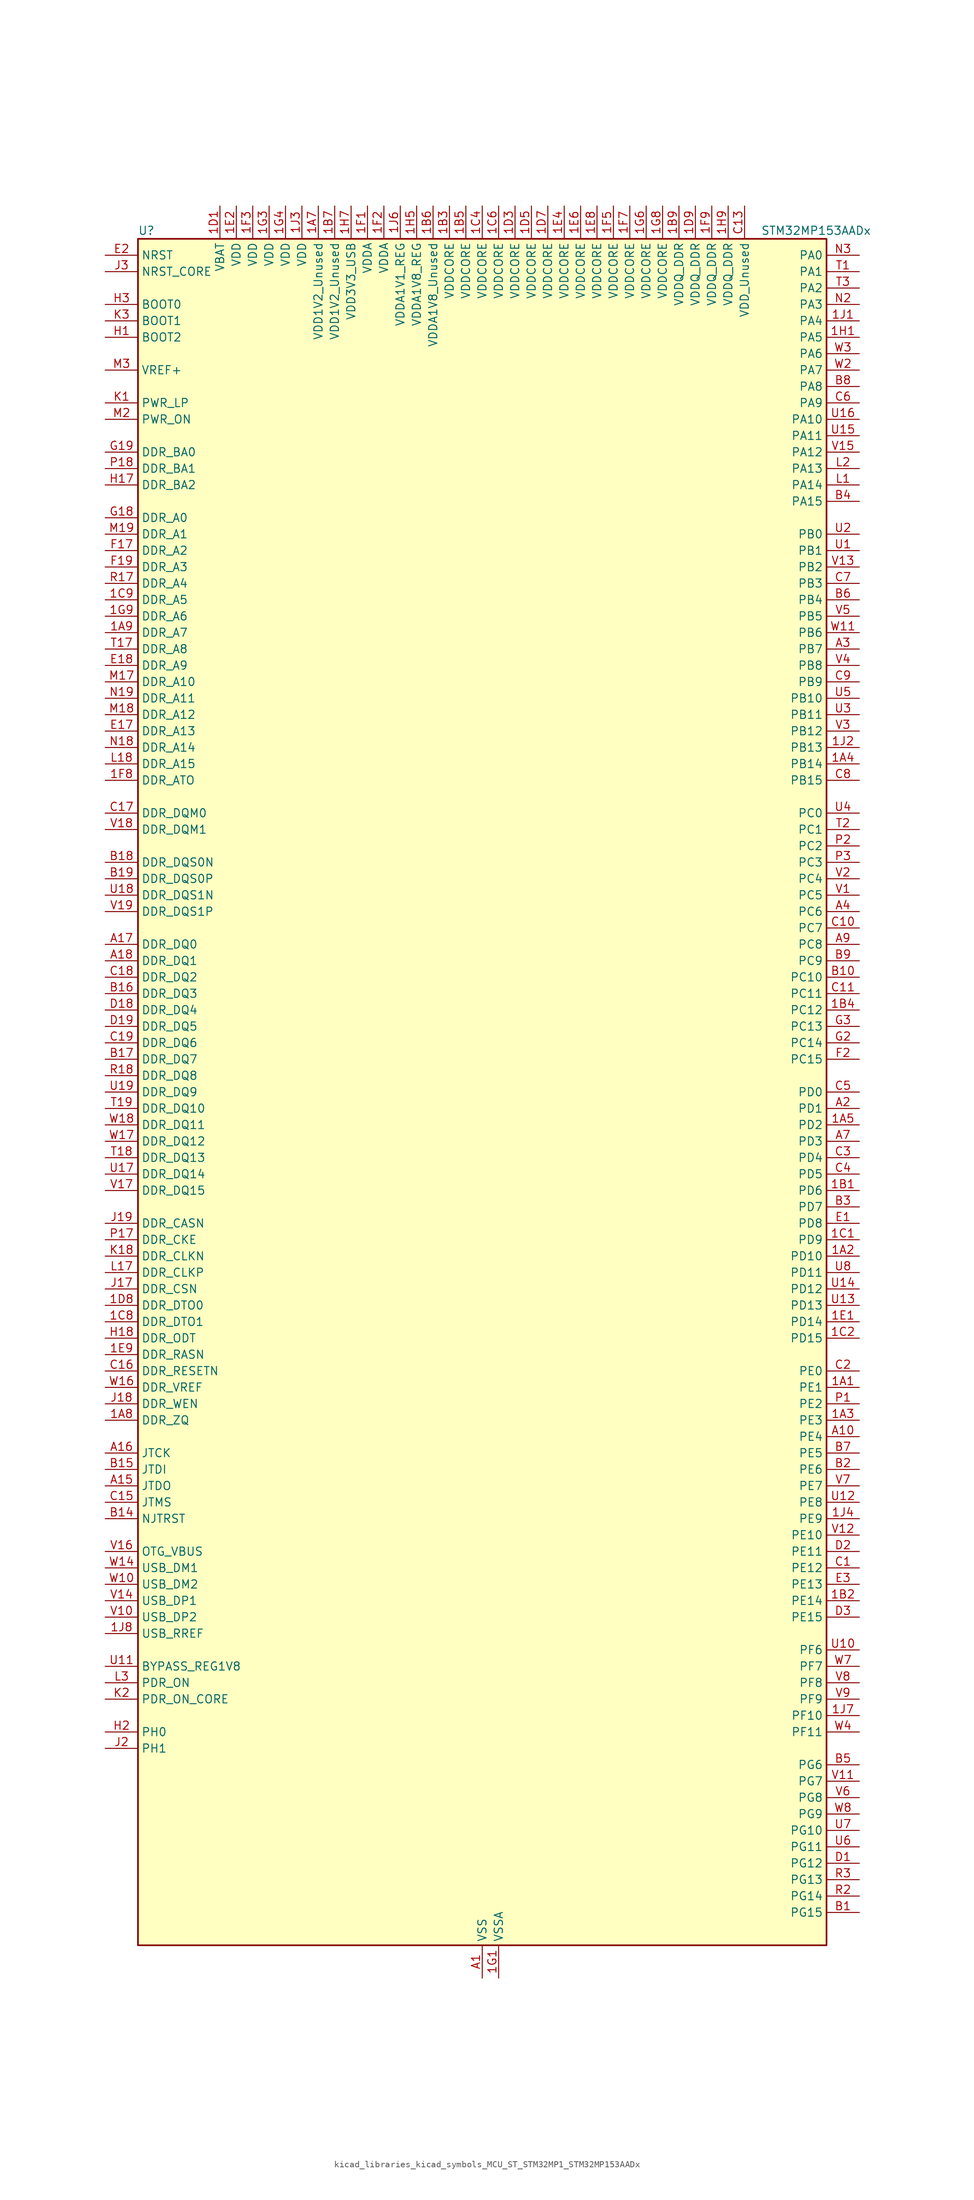
<source format=kicad_sym>
(kicad_symbol_lib
  (version 20220914)
  (generator kicad_symbol_editor)
  (symbol "kicad_libraries_kicad_symbols_MCU_ST_STM32MP1_STM32MP153AADx"
    (property "Reference" "U"
      (at -53.34 133.35 0)
      (effects (font (size 1.27 1.27)) (justify left)))
    (property "Value" "STM32MP153AADx"
      (at 43.18 133.35 0)
      (effects (font (size 1.27 1.27)) (justify left)))
    (property "ki_locked" ""
      (at 0 0 0)
      (effects (font (size 1.27 1.27))))
    (symbol "kicad_libraries_kicad_symbols_MCU_ST_STM32MP1_STM32MP153AADx_0_1"
      (rectangle (start -53.34 -132.08) (end 53.34 132.08) (stroke (width 0.254) (type default)) (fill (type background))))
    (symbol "kicad_libraries_kicad_symbols_MCU_ST_STM32MP1_STM32MP153AADx_1_1"
      (pin bidirectional line (at 58.42 -45.72 180) (length 5.08) (name "PE1" (effects (font (size 1.27 1.27)))) (number "1A1" (effects (font (size 1.27 1.27)))) (alternate "DCMI_D3" bidirectional line) (alternate "FMC_NBL1" bidirectional line) (alternate "I2S2_MCK" bidirectional line) (alternate "LPTIM1_IN2" bidirectional line) (alternate "SAI3_SD_B" bidirectional line) (alternate "UART8_TX" bidirectional line))
      (pin bidirectional line (at 58.42 -25.4 180) (length 5.08) (name "PD10" (effects (font (size 1.27 1.27)))) (number "1A2" (effects (font (size 1.27 1.27)))) (alternate "DFSDM1_CKOUT" bidirectional line) (alternate "FMC_D15" bidirectional line) (alternate "FMC_DA15" bidirectional line) (alternate "I2C5_SMBA" bidirectional line) (alternate "I2S3_SDI" bidirectional line) (alternate "LTDC_B3" bidirectional line) (alternate "RTC_REFIN" bidirectional line) (alternate "SAI3_FS_B" bidirectional line) (alternate "SPI3_MISO" bidirectional line) (alternate "TIM16_BKIN" bidirectional line) (alternate "USART3_CK" bidirectional line))
      (pin bidirectional line (at 58.42 -50.8 180) (length 5.08) (name "PE3" (effects (font (size 1.27 1.27)))) (number "1A3" (effects (font (size 1.27 1.27)))) (alternate "DEBUG_TRACED0" bidirectional line) (alternate "FMC_A19" bidirectional line) (alternate "SAI1_SD_B" bidirectional line) (alternate "SDMMC2_CK" bidirectional line) (alternate "TIM15_BKIN" bidirectional line))
      (pin bidirectional line (at 58.42 50.8 180) (length 5.08) (name "PB14" (effects (font (size 1.27 1.27)))) (number "1A4" (effects (font (size 1.27 1.27)))) (alternate "DFSDM1_DATIN2" bidirectional line) (alternate "I2S2_SDI" bidirectional line) (alternate "SDMMC2_D0" bidirectional line) (alternate "SPI2_MISO" bidirectional line) (alternate "TIM12_CH1" bidirectional line) (alternate "TIM1_CH2N" bidirectional line) (alternate "TIM8_CH2N" bidirectional line) (alternate "USART1_TX" bidirectional line) (alternate "USART3_DE" bidirectional line) (alternate "USART3_RTS" bidirectional line))
      (pin bidirectional line (at 58.42 -5.08 180) (length 5.08) (name "PD2" (effects (font (size 1.27 1.27)))) (number "1A5" (effects (font (size 1.27 1.27)))) (alternate "DCMI_D11" bidirectional line) (alternate "I2C5_SMBA" bidirectional line) (alternate "SDMMC1_CMD" bidirectional line) (alternate "TIM3_ETR" bidirectional line) (alternate "UART4_RX" bidirectional line) (alternate "UART5_RX" bidirectional line))
      (pin passive line (at 0 -137.16 90) (length 5.08) hide (name "VSS" (effects (font (size 1.27 1.27)))) (number "1A6" (effects (font (size 1.27 1.27)))))
      (pin power_in line (at -25.4 137.16 270) (length 5.08) (name "VDD1V2_Unused" (effects (font (size 1.27 1.27)))) (number "1A7" (effects (font (size 1.27 1.27)))))
      (pin bidirectional line (at -58.42 -50.8 0) (length 5.08) (name "DDR_ZQ" (effects (font (size 1.27 1.27)))) (number "1A8" (effects (font (size 1.27 1.27)))) (alternate "DDR_ZQ" bidirectional line))
      (pin bidirectional line (at -58.42 71.12 0) (length 5.08) (name "DDR_A7" (effects (font (size 1.27 1.27)))) (number "1A9" (effects (font (size 1.27 1.27)))) (alternate "DDR_A7" bidirectional line))
      (pin bidirectional line (at 58.42 -15.24 180) (length 5.08) (name "PD6" (effects (font (size 1.27 1.27)))) (number "1B1" (effects (font (size 1.27 1.27)))) (alternate "DCMI_D10" bidirectional line) (alternate "DFSDM1_CKIN4" bidirectional line) (alternate "DFSDM1_DATIN1" bidirectional line) (alternate "FMC_NWAIT" bidirectional line) (alternate "I2S3_SDO" bidirectional line) (alternate "LTDC_B2" bidirectional line) (alternate "SAI1_D1" bidirectional line) (alternate "SAI1_SD_A" bidirectional line) (alternate "SPI3_MOSI" bidirectional line) (alternate "TIM16_CH1N" bidirectional line) (alternate "USART2_RX" bidirectional line))
      (pin bidirectional line (at 58.42 -78.74 180) (length 5.08) (name "PE14" (effects (font (size 1.27 1.27)))) (number "1B2" (effects (font (size 1.27 1.27)))) (alternate "FMC_D11" bidirectional line) (alternate "FMC_DA11" bidirectional line) (alternate "LTDC_CLK" bidirectional line) (alternate "LTDC_G0" bidirectional line) (alternate "SAI2_MCLK_B" bidirectional line) (alternate "SDMMC1_D123DIR" bidirectional line) (alternate "SPI4_MOSI" bidirectional line) (alternate "TIM1_CH4" bidirectional line) (alternate "UART8_DE" bidirectional line) (alternate "UART8_RTS" bidirectional line))
      (pin power_in line (at -5.08 137.16 270) (length 5.08) (name "VDDCORE" (effects (font (size 1.27 1.27)))) (number "1B3" (effects (font (size 1.27 1.27)))))
      (pin bidirectional line (at 58.42 12.7 180) (length 5.08) (name "PC12" (effects (font (size 1.27 1.27)))) (number "1B4" (effects (font (size 1.27 1.27)))) (alternate "DCMI_D9" bidirectional line) (alternate "DEBUG_TRACECLK" bidirectional line) (alternate "I2S3_SDO" bidirectional line) (alternate "RCC_MCO_2" bidirectional line) (alternate "SAI4_D3" bidirectional line) (alternate "SAI4_SD_B" bidirectional line) (alternate "SDMMC1_CK" bidirectional line) (alternate "SPI3_MOSI" bidirectional line) (alternate "UART5_TX" bidirectional line) (alternate "USART3_CK" bidirectional line))
      (pin power_in line (at -2.54 137.16 270) (length 5.08) (name "VDDCORE" (effects (font (size 1.27 1.27)))) (number "1B5" (effects (font (size 1.27 1.27)))))
      (pin power_in line (at -7.62 137.16 270) (length 5.08) (name "VDDA1V8_Unused" (effects (font (size 1.27 1.27)))) (number "1B6" (effects (font (size 1.27 1.27)))))
      (pin power_in line (at -22.86 137.16 270) (length 5.08) (name "VDD1V2_Unused" (effects (font (size 1.27 1.27)))) (number "1B7" (effects (font (size 1.27 1.27)))))
      (pin passive line (at 0 -137.16 90) (length 5.08) hide (name "VSS" (effects (font (size 1.27 1.27)))) (number "1B8" (effects (font (size 1.27 1.27)))))
      (pin power_in line (at 30.48 137.16 270) (length 5.08) (name "VDDQ_DDR" (effects (font (size 1.27 1.27)))) (number "1B9" (effects (font (size 1.27 1.27)))))
      (pin bidirectional line (at 58.42 -22.86 180) (length 5.08) (name "PD9" (effects (font (size 1.27 1.27)))) (number "1C1" (effects (font (size 1.27 1.27)))) (alternate "DAC1_EXTI9" bidirectional line) (alternate "DCMI_HSYNC" bidirectional line) (alternate "DFSDM1_DATIN3" bidirectional line) (alternate "FMC_D14" bidirectional line) (alternate "FMC_DA14" bidirectional line) (alternate "LTDC_B0" bidirectional line) (alternate "SAI3_SD_B" bidirectional line) (alternate "USART3_RX" bidirectional line))
      (pin bidirectional line (at 58.42 -38.1 180) (length 5.08) (name "PD15" (effects (font (size 1.27 1.27)))) (number "1C2" (effects (font (size 1.27 1.27)))) (alternate "ADC1_EXTI15" bidirectional line) (alternate "ADC2_EXTI15" bidirectional line) (alternate "FMC_D1" bidirectional line) (alternate "FMC_DA1" bidirectional line) (alternate "LTDC_R1" bidirectional line) (alternate "SAI3_MCLK_A" bidirectional line) (alternate "TIM4_CH4" bidirectional line) (alternate "UART8_CTS" bidirectional line))
      (pin passive line (at 0 -137.16 90) (length 5.08) hide (name "VSS" (effects (font (size 1.27 1.27)))) (number "1C3" (effects (font (size 1.27 1.27)))))
      (pin power_in line (at 0 137.16 270) (length 5.08) (name "VDDCORE" (effects (font (size 1.27 1.27)))) (number "1C4" (effects (font (size 1.27 1.27)))))
      (pin passive line (at 0 -137.16 90) (length 5.08) hide (name "VSS" (effects (font (size 1.27 1.27)))) (number "1C5" (effects (font (size 1.27 1.27)))))
      (pin power_in line (at 2.54 137.16 270) (length 5.08) (name "VDDCORE" (effects (font (size 1.27 1.27)))) (number "1C6" (effects (font (size 1.27 1.27)))))
      (pin passive line (at 0 -137.16 90) (length 5.08) hide (name "VSS" (effects (font (size 1.27 1.27)))) (number "1C7" (effects (font (size 1.27 1.27)))))
      (pin bidirectional line (at -58.42 -35.56 0) (length 5.08) (name "DDR_DTO1" (effects (font (size 1.27 1.27)))) (number "1C8" (effects (font (size 1.27 1.27)))) (alternate "DDR_DTO1" bidirectional line))
      (pin bidirectional line (at -58.42 76.2 0) (length 5.08) (name "DDR_A5" (effects (font (size 1.27 1.27)))) (number "1C9" (effects (font (size 1.27 1.27)))) (alternate "DDR_A5" bidirectional line))
      (pin power_in line (at -40.64 137.16 270) (length 5.08) (name "VBAT" (effects (font (size 1.27 1.27)))) (number "1D1" (effects (font (size 1.27 1.27)))))
      (pin passive line (at 0 -137.16 90) (length 5.08) hide (name "VSS" (effects (font (size 1.27 1.27)))) (number "1D2" (effects (font (size 1.27 1.27)))))
      (pin power_in line (at 5.08 137.16 270) (length 5.08) (name "VDDCORE" (effects (font (size 1.27 1.27)))) (number "1D3" (effects (font (size 1.27 1.27)))))
      (pin passive line (at 0 -137.16 90) (length 5.08) hide (name "VSS" (effects (font (size 1.27 1.27)))) (number "1D4" (effects (font (size 1.27 1.27)))))
      (pin power_in line (at 7.62 137.16 270) (length 5.08) (name "VDDCORE" (effects (font (size 1.27 1.27)))) (number "1D5" (effects (font (size 1.27 1.27)))))
      (pin passive line (at 0 -137.16 90) (length 5.08) hide (name "VSS" (effects (font (size 1.27 1.27)))) (number "1D6" (effects (font (size 1.27 1.27)))))
      (pin power_in line (at 10.16 137.16 270) (length 5.08) (name "VDDCORE" (effects (font (size 1.27 1.27)))) (number "1D7" (effects (font (size 1.27 1.27)))))
      (pin bidirectional line (at -58.42 -33.02 0) (length 5.08) (name "DDR_DTO0" (effects (font (size 1.27 1.27)))) (number "1D8" (effects (font (size 1.27 1.27)))) (alternate "DDR_DTO0" bidirectional line))
      (pin power_in line (at 33.02 137.16 270) (length 5.08) (name "VDDQ_DDR" (effects (font (size 1.27 1.27)))) (number "1D9" (effects (font (size 1.27 1.27)))))
      (pin bidirectional line (at 58.42 -35.56 180) (length 5.08) (name "PD14" (effects (font (size 1.27 1.27)))) (number "1E1" (effects (font (size 1.27 1.27)))) (alternate "FMC_D0" bidirectional line) (alternate "FMC_DA0" bidirectional line) (alternate "SAI3_MCLK_B" bidirectional line) (alternate "TIM4_CH3" bidirectional line) (alternate "UART8_CTS" bidirectional line))
      (pin power_in line (at -38.1 137.16 270) (length 5.08) (name "VDD" (effects (font (size 1.27 1.27)))) (number "1E2" (effects (font (size 1.27 1.27)))))
      (pin passive line (at 0 -137.16 90) (length 5.08) hide (name "VSS" (effects (font (size 1.27 1.27)))) (number "1E3" (effects (font (size 1.27 1.27)))))
      (pin power_in line (at 12.7 137.16 270) (length 5.08) (name "VDDCORE" (effects (font (size 1.27 1.27)))) (number "1E4" (effects (font (size 1.27 1.27)))))
      (pin passive line (at 0 -137.16 90) (length 5.08) hide (name "VSS" (effects (font (size 1.27 1.27)))) (number "1E5" (effects (font (size 1.27 1.27)))))
      (pin power_in line (at 15.24 137.16 270) (length 5.08) (name "VDDCORE" (effects (font (size 1.27 1.27)))) (number "1E6" (effects (font (size 1.27 1.27)))))
      (pin passive line (at 0 -137.16 90) (length 5.08) hide (name "VSS" (effects (font (size 1.27 1.27)))) (number "1E7" (effects (font (size 1.27 1.27)))))
      (pin power_in line (at 17.78 137.16 270) (length 5.08) (name "VDDCORE" (effects (font (size 1.27 1.27)))) (number "1E8" (effects (font (size 1.27 1.27)))))
      (pin bidirectional line (at -58.42 -40.64 0) (length 5.08) (name "DDR_RASN" (effects (font (size 1.27 1.27)))) (number "1E9" (effects (font (size 1.27 1.27)))) (alternate "DDR_RASN" bidirectional line))
      (pin power_in line (at -17.78 137.16 270) (length 5.08) (name "VDDA" (effects (font (size 1.27 1.27)))) (number "1F1" (effects (font (size 1.27 1.27)))))
      (pin power_in line (at -15.24 137.16 270) (length 5.08) (name "VDDA" (effects (font (size 1.27 1.27)))) (number "1F2" (effects (font (size 1.27 1.27)))))
      (pin power_in line (at -35.56 137.16 270) (length 5.08) (name "VDD" (effects (font (size 1.27 1.27)))) (number "1F3" (effects (font (size 1.27 1.27)))))
      (pin passive line (at 0 -137.16 90) (length 5.08) hide (name "VSS" (effects (font (size 1.27 1.27)))) (number "1F4" (effects (font (size 1.27 1.27)))))
      (pin power_in line (at 20.32 137.16 270) (length 5.08) (name "VDDCORE" (effects (font (size 1.27 1.27)))) (number "1F5" (effects (font (size 1.27 1.27)))))
      (pin passive line (at 0 -137.16 90) (length 5.08) hide (name "VSS" (effects (font (size 1.27 1.27)))) (number "1F6" (effects (font (size 1.27 1.27)))))
      (pin power_in line (at 22.86 137.16 270) (length 5.08) (name "VDDCORE" (effects (font (size 1.27 1.27)))) (number "1F7" (effects (font (size 1.27 1.27)))))
      (pin bidirectional line (at -58.42 48.26 0) (length 5.08) (name "DDR_ATO" (effects (font (size 1.27 1.27)))) (number "1F8" (effects (font (size 1.27 1.27)))) (alternate "DDR_ATO" bidirectional line))
      (pin power_in line (at 35.56 137.16 270) (length 5.08) (name "VDDQ_DDR" (effects (font (size 1.27 1.27)))) (number "1F9" (effects (font (size 1.27 1.27)))))
      (pin power_in line (at 2.54 -137.16 90) (length 5.08) (name "VSSA" (effects (font (size 1.27 1.27)))) (number "1G1" (effects (font (size 1.27 1.27)))))
      (pin passive line (at 0 -137.16 90) (length 5.08) hide (name "VSS" (effects (font (size 1.27 1.27)))) (number "1G2" (effects (font (size 1.27 1.27)))))
      (pin power_in line (at -33.02 137.16 270) (length 5.08) (name "VDD" (effects (font (size 1.27 1.27)))) (number "1G3" (effects (font (size 1.27 1.27)))))
      (pin power_in line (at -30.48 137.16 270) (length 5.08) (name "VDD" (effects (font (size 1.27 1.27)))) (number "1G4" (effects (font (size 1.27 1.27)))))
      (pin passive line (at 0 -137.16 90) (length 5.08) hide (name "VSS" (effects (font (size 1.27 1.27)))) (number "1G5" (effects (font (size 1.27 1.27)))))
      (pin power_in line (at 25.4 137.16 270) (length 5.08) (name "VDDCORE" (effects (font (size 1.27 1.27)))) (number "1G6" (effects (font (size 1.27 1.27)))))
      (pin passive line (at 0 -137.16 90) (length 5.08) hide (name "VSS" (effects (font (size 1.27 1.27)))) (number "1G7" (effects (font (size 1.27 1.27)))))
      (pin power_in line (at 27.94 137.16 270) (length 5.08) (name "VDDCORE" (effects (font (size 1.27 1.27)))) (number "1G8" (effects (font (size 1.27 1.27)))))
      (pin bidirectional line (at -58.42 73.66 0) (length 5.08) (name "DDR_A6" (effects (font (size 1.27 1.27)))) (number "1G9" (effects (font (size 1.27 1.27)))) (alternate "DDR_A6" bidirectional line))
      (pin bidirectional line (at 58.42 116.84 180) (length 5.08) (name "PA5" (effects (font (size 1.27 1.27)))) (number "1H1" (effects (font (size 1.27 1.27)))) (alternate "ADC1_INN18" bidirectional line) (alternate "ADC1_INP19" bidirectional line) (alternate "ADC2_INN18" bidirectional line) (alternate "ADC2_INP19" bidirectional line) (alternate "DAC1_OUT2" bidirectional line) (alternate "I2S1_CK" bidirectional line) (alternate "LTDC_R4" bidirectional line) (alternate "SAI4_CK1" bidirectional line) (alternate "SAI4_MCLK_A" bidirectional line) (alternate "SPI1_SCK" bidirectional line) (alternate "SPI6_SCK" bidirectional line) (alternate "TIM2_CH1" bidirectional line) (alternate "TIM2_ETR" bidirectional line) (alternate "TIM8_CH1N" bidirectional line))
      (pin passive line (at 0 -137.16 90) (length 5.08) hide (name "VSS" (effects (font (size 1.27 1.27)))) (number "1H2" (effects (font (size 1.27 1.27)))))
      (pin passive line (at 0 -137.16 90) (length 5.08) hide (name "VSS" (effects (font (size 1.27 1.27)))) (number "1H3" (effects (font (size 1.27 1.27)))))
      (pin passive line (at 0 -137.16 90) (length 5.08) hide (name "VSS" (effects (font (size 1.27 1.27)))) (number "1H4" (effects (font (size 1.27 1.27)))))
      (pin power_in line (at -10.16 137.16 270) (length 5.08) (name "VDDA1V8_REG" (effects (font (size 1.27 1.27)))) (number "1H5" (effects (font (size 1.27 1.27)))))
      (pin passive line (at 0 -137.16 90) (length 5.08) hide (name "VSS" (effects (font (size 1.27 1.27)))) (number "1H6" (effects (font (size 1.27 1.27)))))
      (pin power_in line (at -20.32 137.16 270) (length 5.08) (name "VDD3V3_USB" (effects (font (size 1.27 1.27)))) (number "1H7" (effects (font (size 1.27 1.27)))))
      (pin passive line (at 0 -137.16 90) (length 5.08) hide (name "VSS" (effects (font (size 1.27 1.27)))) (number "1H8" (effects (font (size 1.27 1.27)))))
      (pin power_in line (at 38.1 137.16 270) (length 5.08) (name "VDDQ_DDR" (effects (font (size 1.27 1.27)))) (number "1H9" (effects (font (size 1.27 1.27)))))
      (pin bidirectional line (at 58.42 119.38 180) (length 5.08) (name "PA4" (effects (font (size 1.27 1.27)))) (number "1J1" (effects (font (size 1.27 1.27)))) (alternate "ADC1_INP18" bidirectional line) (alternate "ADC2_INP18" bidirectional line) (alternate "DAC1_OUT1" bidirectional line) (alternate "DCMI_HSYNC" bidirectional line) (alternate "HDP_HDP0" bidirectional line) (alternate "I2S1_WS" bidirectional line) (alternate "I2S3_WS" bidirectional line) (alternate "LTDC_VSYNC" bidirectional line) (alternate "SAI4_D2" bidirectional line) (alternate "SAI4_FS_A" bidirectional line) (alternate "SPI1_NSS" bidirectional line) (alternate "SPI3_NSS" bidirectional line) (alternate "SPI6_NSS" bidirectional line) (alternate "TIM5_ETR" bidirectional line) (alternate "USART2_CK" bidirectional line))
      (pin bidirectional line (at 58.42 53.34 180) (length 5.08) (name "PB13" (effects (font (size 1.27 1.27)))) (number "1J2" (effects (font (size 1.27 1.27)))) (alternate "DFSDM1_CKIN1" bidirectional line) (alternate "DFSDM1_CKOUT" bidirectional line) (alternate "ETH1_TXD1" bidirectional line) (alternate "FDCAN2_TX" bidirectional line) (alternate "I2S2_CK" bidirectional line) (alternate "LPTIM2_OUT" bidirectional line) (alternate "SPI2_SCK" bidirectional line) (alternate "TIM1_CH1N" bidirectional line) (alternate "UART5_TX" bidirectional line) (alternate "USART3_CTS" bidirectional line) (alternate "USART3_NSS" bidirectional line))
      (pin power_in line (at -27.94 137.16 270) (length 5.08) (name "VDD" (effects (font (size 1.27 1.27)))) (number "1J3" (effects (font (size 1.27 1.27)))))
      (pin bidirectional line (at 58.42 -66.04 180) (length 5.08) (name "PE9" (effects (font (size 1.27 1.27)))) (number "1J4" (effects (font (size 1.27 1.27)))) (alternate "DAC1_EXTI9" bidirectional line) (alternate "DFSDM1_CKOUT" bidirectional line) (alternate "FMC_D6" bidirectional line) (alternate "FMC_DA6" bidirectional line) (alternate "QUADSPI_BK2_IO2" bidirectional line) (alternate "TIM1_CH1" bidirectional line) (alternate "UART7_DE" bidirectional line) (alternate "UART7_RTS" bidirectional line))
      (pin passive line (at 0 -137.16 90) (length 5.08) hide (name "VSS" (effects (font (size 1.27 1.27)))) (number "1J5" (effects (font (size 1.27 1.27)))))
      (pin power_in line (at -12.7 137.16 270) (length 5.08) (name "VDDA1V1_REG" (effects (font (size 1.27 1.27)))) (number "1J6" (effects (font (size 1.27 1.27)))))
      (pin bidirectional line (at 58.42 -96.52 180) (length 5.08) (name "PF10" (effects (font (size 1.27 1.27)))) (number "1J7" (effects (font (size 1.27 1.27)))) (alternate "DCMI_D11" bidirectional line) (alternate "LTDC_DE" bidirectional line) (alternate "QUADSPI_CLK" bidirectional line) (alternate "SAI1_D3" bidirectional line) (alternate "SAI1_D4" bidirectional line) (alternate "SAI4_D3" bidirectional line) (alternate "SAI4_D4" bidirectional line) (alternate "TIM16_BKIN" bidirectional line))
      (pin bidirectional line (at -58.42 -83.82 0) (length 5.08) (name "USB_RREF" (effects (font (size 1.27 1.27)))) (number "1J8" (effects (font (size 1.27 1.27)))))
      (pin passive line (at 0 -137.16 90) (length 5.08) hide (name "VSS" (effects (font (size 1.27 1.27)))) (number "1J9" (effects (font (size 1.27 1.27)))))
      (pin power_in line (at 0 -137.16 90) (length 5.08) (name "VSS" (effects (font (size 1.27 1.27)))) (number "A1" (effects (font (size 1.27 1.27)))))
      (pin bidirectional line (at 58.42 -53.34 180) (length 5.08) (name "PE4" (effects (font (size 1.27 1.27)))) (number "A10" (effects (font (size 1.27 1.27)))) (alternate "DCMI_D4" bidirectional line) (alternate "DEBUG_TRACED1" bidirectional line) (alternate "DFSDM1_DATIN3" bidirectional line) (alternate "FMC_A20" bidirectional line) (alternate "LTDC_B0" bidirectional line) (alternate "SAI1_D2" bidirectional line) (alternate "SAI1_FS_A" bidirectional line) (alternate "SDMMC1_CKIN" bidirectional line) (alternate "SDMMC1_D4" bidirectional line) (alternate "SDMMC2_CKIN" bidirectional line) (alternate "SDMMC2_D4" bidirectional line) (alternate "SPI4_NSS" bidirectional line) (alternate "TIM15_CH1N" bidirectional line))
      (pin no_connect line (at -53.34 -132.08 0) (length 5.08) hide (name "DNU" (effects (font (size 1.27 1.27)))) (number "A12" (effects (font (size 1.27 1.27)))))
      (pin no_connect line (at -53.34 -129.54 0) (length 5.08) hide (name "DNU" (effects (font (size 1.27 1.27)))) (number "A13" (effects (font (size 1.27 1.27)))))
      (pin bidirectional line (at -58.42 -60.96 0) (length 5.08) (name "JTDO" (effects (font (size 1.27 1.27)))) (number "A15" (effects (font (size 1.27 1.27)))) (alternate "DEBUG_JTDO-SWO" bidirectional line))
      (pin bidirectional line (at -58.42 -55.88 0) (length 5.08) (name "JTCK" (effects (font (size 1.27 1.27)))) (number "A16" (effects (font (size 1.27 1.27)))) (alternate "DEBUG_JTCK-SWCLK" bidirectional line))
      (pin bidirectional line (at -58.42 22.86 0) (length 5.08) (name "DDR_DQ0" (effects (font (size 1.27 1.27)))) (number "A17" (effects (font (size 1.27 1.27)))) (alternate "DDR_DQ0" bidirectional line))
      (pin bidirectional line (at -58.42 20.32 0) (length 5.08) (name "DDR_DQ1" (effects (font (size 1.27 1.27)))) (number "A18" (effects (font (size 1.27 1.27)))) (alternate "DDR_DQ1" bidirectional line))
      (pin passive line (at 0 -137.16 90) (length 5.08) hide (name "VSS" (effects (font (size 1.27 1.27)))) (number "A19" (effects (font (size 1.27 1.27)))))
      (pin bidirectional line (at 58.42 -2.54 180) (length 5.08) (name "PD1" (effects (font (size 1.27 1.27)))) (number "A2" (effects (font (size 1.27 1.27)))) (alternate "DFSDM1_CKIN7" bidirectional line) (alternate "DFSDM1_DATIN6" bidirectional line) (alternate "FDCAN1_TX" bidirectional line) (alternate "FMC_D3" bidirectional line) (alternate "FMC_DA3" bidirectional line) (alternate "I2C5_SCL" bidirectional line) (alternate "I2C6_SCL" bidirectional line) (alternate "SAI3_SD_A" bidirectional line) (alternate "SDMMC3_D0" bidirectional line) (alternate "UART4_TX" bidirectional line))
      (pin bidirectional line (at 58.42 68.58 180) (length 5.08) (name "PB7" (effects (font (size 1.27 1.27)))) (number "A3" (effects (font (size 1.27 1.27)))) (alternate "DCMI_VSYNC" bidirectional line) (alternate "DFSDM1_CKIN5" bidirectional line) (alternate "FMC_NL" bidirectional line) (alternate "I2C1_SDA" bidirectional line) (alternate "I2C4_SDA" bidirectional line) (alternate "SDMMC2_D1" bidirectional line) (alternate "TIM17_CH1N" bidirectional line) (alternate "TIM4_CH2" bidirectional line) (alternate "USART1_RX" bidirectional line))
      (pin bidirectional line (at 58.42 27.94 180) (length 5.08) (name "PC6" (effects (font (size 1.27 1.27)))) (number "A4" (effects (font (size 1.27 1.27)))) (alternate "DCMI_D0" bidirectional line) (alternate "DFSDM1_CKIN3" bidirectional line) (alternate "HDP_HDP1" bidirectional line) (alternate "I2S2_MCK" bidirectional line) (alternate "LTDC_HSYNC" bidirectional line) (alternate "SDMMC1_D0DIR" bidirectional line) (alternate "SDMMC1_D6" bidirectional line) (alternate "SDMMC2_D0DIR" bidirectional line) (alternate "SDMMC2_D6" bidirectional line) (alternate "TIM3_CH1" bidirectional line) (alternate "TIM8_CH1" bidirectional line) (alternate "USART6_TX" bidirectional line))
      (pin passive line (at 0 -137.16 90) (length 5.08) hide (name "VSS" (effects (font (size 1.27 1.27)))) (number "A6" (effects (font (size 1.27 1.27)))))
      (pin bidirectional line (at 58.42 -7.62 180) (length 5.08) (name "PD3" (effects (font (size 1.27 1.27)))) (number "A7" (effects (font (size 1.27 1.27)))) (alternate "DCMI_D5" bidirectional line) (alternate "DFSDM1_CKOUT" bidirectional line) (alternate "DFSDM1_DATIN0" bidirectional line) (alternate "FMC_CLK" bidirectional line) (alternate "HDP_HDP5" bidirectional line) (alternate "I2S2_CK" bidirectional line) (alternate "LTDC_G7" bidirectional line) (alternate "SDMMC1_D123DIR" bidirectional line) (alternate "SDMMC1_D7" bidirectional line) (alternate "SDMMC2_D123DIR" bidirectional line) (alternate "SDMMC2_D7" bidirectional line) (alternate "SPI2_SCK" bidirectional line) (alternate "USART2_CTS" bidirectional line) (alternate "USART2_NSS" bidirectional line))
      (pin bidirectional line (at 58.42 22.86 180) (length 5.08) (name "PC8" (effects (font (size 1.27 1.27)))) (number "A9" (effects (font (size 1.27 1.27)))) (alternate "DCMI_D2" bidirectional line) (alternate "DEBUG_TRACED0" bidirectional line) (alternate "SDMMC1_D0" bidirectional line) (alternate "TIM3_CH3" bidirectional line) (alternate "TIM8_CH3" bidirectional line) (alternate "UART4_TX" bidirectional line) (alternate "UART5_DE" bidirectional line) (alternate "UART5_RTS" bidirectional line) (alternate "USART6_CK" bidirectional line))
      (pin bidirectional line (at 58.42 -127 180) (length 5.08) (name "PG15" (effects (font (size 1.27 1.27)))) (number "B1" (effects (font (size 1.27 1.27)))) (alternate "ADC1_EXTI15" bidirectional line) (alternate "ADC2_EXTI15" bidirectional line) (alternate "DCMI_D13" bidirectional line) (alternate "DEBUG_TRACED7" bidirectional line) (alternate "I2C2_SDA" bidirectional line) (alternate "SAI1_D2" bidirectional line) (alternate "SAI1_FS_A" bidirectional line) (alternate "SDMMC3_CK" bidirectional line) (alternate "USART6_CTS" bidirectional line) (alternate "USART6_NSS" bidirectional line))
      (pin bidirectional line (at 58.42 17.78 180) (length 5.08) (name "PC10" (effects (font (size 1.27 1.27)))) (number "B10" (effects (font (size 1.27 1.27)))) (alternate "DCMI_D8" bidirectional line) (alternate "DEBUG_TRACED2" bidirectional line) (alternate "DFSDM1_CKIN5" bidirectional line) (alternate "I2S3_CK" bidirectional line) (alternate "LTDC_R2" bidirectional line) (alternate "QUADSPI_BK1_IO1" bidirectional line) (alternate "SAI4_MCLK_B" bidirectional line) (alternate "SDMMC1_D2" bidirectional line) (alternate "SPI3_SCK" bidirectional line) (alternate "UART4_TX" bidirectional line) (alternate "USART3_TX" bidirectional line))
      (pin no_connect line (at -53.34 -127 0) (length 5.08) hide (name "DNU" (effects (font (size 1.27 1.27)))) (number "B11" (effects (font (size 1.27 1.27)))))
      (pin no_connect line (at -53.34 -124.46 0) (length 5.08) hide (name "DNU" (effects (font (size 1.27 1.27)))) (number "B12" (effects (font (size 1.27 1.27)))))
      (pin no_connect line (at -53.34 -121.92 0) (length 5.08) hide (name "DNU" (effects (font (size 1.27 1.27)))) (number "B13" (effects (font (size 1.27 1.27)))))
      (pin bidirectional line (at -58.42 -66.04 0) (length 5.08) (name "NJTRST" (effects (font (size 1.27 1.27)))) (number "B14" (effects (font (size 1.27 1.27)))) (alternate "DEBUG_JTRST" bidirectional line))
      (pin bidirectional line (at -58.42 -58.42 0) (length 5.08) (name "JTDI" (effects (font (size 1.27 1.27)))) (number "B15" (effects (font (size 1.27 1.27)))) (alternate "DEBUG_JTDI" bidirectional line))
      (pin bidirectional line (at -58.42 15.24 0) (length 5.08) (name "DDR_DQ3" (effects (font (size 1.27 1.27)))) (number "B16" (effects (font (size 1.27 1.27)))) (alternate "DDR_DQ3" bidirectional line))
      (pin bidirectional line (at -58.42 5.08 0) (length 5.08) (name "DDR_DQ7" (effects (font (size 1.27 1.27)))) (number "B17" (effects (font (size 1.27 1.27)))) (alternate "DDR_DQ7" bidirectional line))
      (pin bidirectional line (at -58.42 35.56 0) (length 5.08) (name "DDR_DQS0N" (effects (font (size 1.27 1.27)))) (number "B18" (effects (font (size 1.27 1.27)))) (alternate "DDR_DQS0N" bidirectional line))
      (pin bidirectional line (at -58.42 33.02 0) (length 5.08) (name "DDR_DQS0P" (effects (font (size 1.27 1.27)))) (number "B19" (effects (font (size 1.27 1.27)))) (alternate "DDR_DQS0P" bidirectional line))
      (pin bidirectional line (at 58.42 -58.42 180) (length 5.08) (name "PE6" (effects (font (size 1.27 1.27)))) (number "B2" (effects (font (size 1.27 1.27)))) (alternate "DCMI_D7" bidirectional line) (alternate "DEBUG_TRACED2" bidirectional line) (alternate "FMC_A22" bidirectional line) (alternate "LTDC_G1" bidirectional line) (alternate "SAI1_D1" bidirectional line) (alternate "SAI1_SD_A" bidirectional line) (alternate "SAI2_MCLK_B" bidirectional line) (alternate "SDMMC1_D2" bidirectional line) (alternate "SDMMC2_D0" bidirectional line) (alternate "SPI4_MOSI" bidirectional line) (alternate "TIM15_CH2" bidirectional line) (alternate "TIM1_BKIN2" bidirectional line))
      (pin bidirectional line (at 58.42 -17.78 180) (length 5.08) (name "PD7" (effects (font (size 1.27 1.27)))) (number "B3" (effects (font (size 1.27 1.27)))) (alternate "DEBUG_TRACED6" bidirectional line) (alternate "DFSDM1_CKIN1" bidirectional line) (alternate "DFSDM1_DATIN4" bidirectional line) (alternate "FMC_NE1" bidirectional line) (alternate "I2C2_SCL" bidirectional line) (alternate "SDMMC3_D3" bidirectional line) (alternate "SPDIFRX_IN0" bidirectional line) (alternate "USART2_CK" bidirectional line))
      (pin bidirectional line (at 58.42 91.44 180) (length 5.08) (name "PA15" (effects (font (size 1.27 1.27)))) (number "B4" (effects (font (size 1.27 1.27)))) (alternate "ADC1_EXTI15" bidirectional line) (alternate "ADC2_EXTI15" bidirectional line) (alternate "CEC" bidirectional line) (alternate "DEBUG_DBTRGI" bidirectional line) (alternate "I2S1_WS" bidirectional line) (alternate "I2S3_WS" bidirectional line) (alternate "LTDC_R1" bidirectional line) (alternate "SAI4_D2" bidirectional line) (alternate "SAI4_FS_A" bidirectional line) (alternate "SDMMC1_CDIR" bidirectional line) (alternate "SDMMC1_D5" bidirectional line) (alternate "SDMMC2_CDIR" bidirectional line) (alternate "SDMMC2_D5" bidirectional line) (alternate "SPI1_NSS" bidirectional line) (alternate "SPI3_NSS" bidirectional line) (alternate "SPI6_NSS" bidirectional line) (alternate "TIM2_CH1" bidirectional line) (alternate "TIM2_ETR" bidirectional line) (alternate "UART4_DE" bidirectional line) (alternate "UART4_RTS" bidirectional line) (alternate "UART7_TX" bidirectional line))
      (pin bidirectional line (at 58.42 -104.14 180) (length 5.08) (name "PG6" (effects (font (size 1.27 1.27)))) (number "B5" (effects (font (size 1.27 1.27)))) (alternate "DCMI_D12" bidirectional line) (alternate "DEBUG_TRACED14" bidirectional line) (alternate "LTDC_R7" bidirectional line) (alternate "SDMMC2_CMD" bidirectional line) (alternate "TIM17_BKIN" bidirectional line))
      (pin bidirectional line (at 58.42 76.2 180) (length 5.08) (name "PB4" (effects (font (size 1.27 1.27)))) (number "B6" (effects (font (size 1.27 1.27)))) (alternate "DEBUG_TRACED8" bidirectional line) (alternate "I2S1_SDI" bidirectional line) (alternate "I2S2_WS" bidirectional line) (alternate "I2S3_SDI" bidirectional line) (alternate "SAI4_CK2" bidirectional line) (alternate "SAI4_SCK_A" bidirectional line) (alternate "SDMMC2_D3" bidirectional line) (alternate "SPI1_MISO" bidirectional line) (alternate "SPI2_NSS" bidirectional line) (alternate "SPI3_MISO" bidirectional line) (alternate "SPI6_MISO" bidirectional line) (alternate "TIM16_BKIN" bidirectional line) (alternate "TIM3_CH1" bidirectional line) (alternate "UART7_TX" bidirectional line))
      (pin bidirectional line (at 58.42 -55.88 180) (length 5.08) (name "PE5" (effects (font (size 1.27 1.27)))) (number "B7" (effects (font (size 1.27 1.27)))) (alternate "DCMI_D6" bidirectional line) (alternate "DEBUG_TRACED3" bidirectional line) (alternate "DFSDM1_CKIN3" bidirectional line) (alternate "FMC_A21" bidirectional line) (alternate "LTDC_G0" bidirectional line) (alternate "SAI1_CK2" bidirectional line) (alternate "SAI1_SCK_A" bidirectional line) (alternate "SDMMC1_D0DIR" bidirectional line) (alternate "SDMMC1_D6" bidirectional line) (alternate "SDMMC2_D0DIR" bidirectional line) (alternate "SDMMC2_D6" bidirectional line) (alternate "SPI4_MISO" bidirectional line) (alternate "TIM15_CH1" bidirectional line))
      (pin bidirectional line (at 58.42 109.22 180) (length 5.08) (name "PA8" (effects (font (size 1.27 1.27)))) (number "B8" (effects (font (size 1.27 1.27)))) (alternate "I2C3_SCL" bidirectional line) (alternate "I2S3_SDO" bidirectional line) (alternate "LTDC_R6" bidirectional line) (alternate "RCC_MCO_1" bidirectional line) (alternate "SAI4_SD_B" bidirectional line) (alternate "SDMMC2_CKIN" bidirectional line) (alternate "SDMMC2_D4" bidirectional line) (alternate "SPI3_MOSI" bidirectional line) (alternate "TIM1_CH1" bidirectional line) (alternate "TIM8_BKIN2" bidirectional line) (alternate "UART7_RX" bidirectional line) (alternate "USART1_CK" bidirectional line) (alternate "USB_OTG_HS_SOF" bidirectional line))
      (pin bidirectional line (at 58.42 20.32 180) (length 5.08) (name "PC9" (effects (font (size 1.27 1.27)))) (number "B9" (effects (font (size 1.27 1.27)))) (alternate "DAC1_EXTI9" bidirectional line) (alternate "DCMI_D3" bidirectional line) (alternate "DEBUG_TRACED1" bidirectional line) (alternate "I2C3_SDA" bidirectional line) (alternate "I2S_CKIN" bidirectional line) (alternate "LTDC_B2" bidirectional line) (alternate "QUADSPI_BK1_IO0" bidirectional line) (alternate "SDMMC1_D1" bidirectional line) (alternate "TIM3_CH4" bidirectional line) (alternate "TIM8_CH4" bidirectional line) (alternate "UART5_CTS" bidirectional line))
      (pin bidirectional line (at 58.42 -73.66 180) (length 5.08) (name "PE12" (effects (font (size 1.27 1.27)))) (number "C1" (effects (font (size 1.27 1.27)))) (alternate "DFSDM1_DATIN5" bidirectional line) (alternate "FMC_D9" bidirectional line) (alternate "FMC_DA9" bidirectional line) (alternate "LTDC_B4" bidirectional line) (alternate "SAI2_SCK_B" bidirectional line) (alternate "SDMMC1_D0DIR" bidirectional line) (alternate "SPI4_SCK" bidirectional line) (alternate "TIM1_CH3N" bidirectional line))
      (pin bidirectional line (at 58.42 25.4 180) (length 5.08) (name "PC7" (effects (font (size 1.27 1.27)))) (number "C10" (effects (font (size 1.27 1.27)))) (alternate "DCMI_D1" bidirectional line) (alternate "DFSDM1_DATIN3" bidirectional line) (alternate "HDP_HDP4" bidirectional line) (alternate "I2S3_MCK" bidirectional line) (alternate "LTDC_G6" bidirectional line) (alternate "SDMMC1_D123DIR" bidirectional line) (alternate "SDMMC1_D7" bidirectional line) (alternate "SDMMC2_D123DIR" bidirectional line) (alternate "SDMMC2_D7" bidirectional line) (alternate "TIM3_CH2" bidirectional line) (alternate "TIM8_CH2" bidirectional line) (alternate "USART6_RX" bidirectional line))
      (pin bidirectional line (at 58.42 15.24 180) (length 5.08) (name "PC11" (effects (font (size 1.27 1.27)))) (number "C11" (effects (font (size 1.27 1.27)))) (alternate "ADC1_EXTI11" bidirectional line) (alternate "ADC2_EXTI11" bidirectional line) (alternate "DCMI_D4" bidirectional line) (alternate "DEBUG_TRACED3" bidirectional line) (alternate "DFSDM1_DATIN5" bidirectional line) (alternate "I2S3_SDI" bidirectional line) (alternate "QUADSPI_BK2_NCS" bidirectional line) (alternate "SAI4_SCK_B" bidirectional line) (alternate "SDMMC1_D3" bidirectional line) (alternate "SPI3_MISO" bidirectional line) (alternate "UART4_RX" bidirectional line) (alternate "USART3_RX" bidirectional line))
      (pin no_connect line (at -53.34 -119.38 0) (length 5.08) hide (name "DNU" (effects (font (size 1.27 1.27)))) (number "C12" (effects (font (size 1.27 1.27)))))
      (pin power_in line (at 40.64 137.16 270) (length 5.08) (name "VDD_Unused" (effects (font (size 1.27 1.27)))) (number "C13" (effects (font (size 1.27 1.27)))))
      (pin passive line (at 0 -137.16 90) (length 5.08) hide (name "VSS" (effects (font (size 1.27 1.27)))) (number "C14" (effects (font (size 1.27 1.27)))))
      (pin bidirectional line (at -58.42 -63.5 0) (length 5.08) (name "JTMS" (effects (font (size 1.27 1.27)))) (number "C15" (effects (font (size 1.27 1.27)))) (alternate "DEBUG_JTMS-SWDIO" bidirectional line))
      (pin bidirectional line (at -58.42 -43.18 0) (length 5.08) (name "DDR_RESETN" (effects (font (size 1.27 1.27)))) (number "C16" (effects (font (size 1.27 1.27)))) (alternate "DDR_RESETN" bidirectional line))
      (pin bidirectional line (at -58.42 43.18 0) (length 5.08) (name "DDR_DQM0" (effects (font (size 1.27 1.27)))) (number "C17" (effects (font (size 1.27 1.27)))) (alternate "DDR_DQM0" bidirectional line))
      (pin bidirectional line (at -58.42 17.78 0) (length 5.08) (name "DDR_DQ2" (effects (font (size 1.27 1.27)))) (number "C18" (effects (font (size 1.27 1.27)))) (alternate "DDR_DQ2" bidirectional line))
      (pin bidirectional line (at -58.42 7.62 0) (length 5.08) (name "DDR_DQ6" (effects (font (size 1.27 1.27)))) (number "C19" (effects (font (size 1.27 1.27)))) (alternate "DDR_DQ6" bidirectional line))
      (pin bidirectional line (at 58.42 -43.18 180) (length 5.08) (name "PE0" (effects (font (size 1.27 1.27)))) (number "C2" (effects (font (size 1.27 1.27)))) (alternate "DCMI_D2" bidirectional line) (alternate "FMC_NBL0" bidirectional line) (alternate "I2S3_CK" bidirectional line) (alternate "LPTIM1_ETR" bidirectional line) (alternate "LPTIM2_ETR" bidirectional line) (alternate "SAI2_MCLK_A" bidirectional line) (alternate "SAI4_MCLK_B" bidirectional line) (alternate "SPI3_SCK" bidirectional line) (alternate "TIM4_ETR" bidirectional line) (alternate "UART8_RX" bidirectional line))
      (pin bidirectional line (at 58.42 -10.16 180) (length 5.08) (name "PD4" (effects (font (size 1.27 1.27)))) (number "C3" (effects (font (size 1.27 1.27)))) (alternate "DFSDM1_CKIN0" bidirectional line) (alternate "FMC_NOE" bidirectional line) (alternate "SAI3_FS_A" bidirectional line) (alternate "SDMMC3_D1" bidirectional line) (alternate "USART2_DE" bidirectional line) (alternate "USART2_RTS" bidirectional line))
      (pin bidirectional line (at 58.42 -12.7 180) (length 5.08) (name "PD5" (effects (font (size 1.27 1.27)))) (number "C4" (effects (font (size 1.27 1.27)))) (alternate "FMC_NWE" bidirectional line) (alternate "SDMMC3_D2" bidirectional line) (alternate "USART2_TX" bidirectional line))
      (pin bidirectional line (at 58.42 0 180) (length 5.08) (name "PD0" (effects (font (size 1.27 1.27)))) (number "C5" (effects (font (size 1.27 1.27)))) (alternate "DFSDM1_CKIN6" bidirectional line) (alternate "DFSDM1_DATIN7" bidirectional line) (alternate "FDCAN1_RX" bidirectional line) (alternate "FMC_D2" bidirectional line) (alternate "FMC_DA2" bidirectional line) (alternate "I2C5_SDA" bidirectional line) (alternate "I2C6_SDA" bidirectional line) (alternate "SAI3_SCK_A" bidirectional line) (alternate "SDMMC3_CMD" bidirectional line) (alternate "UART4_RX" bidirectional line))
      (pin bidirectional line (at 58.42 106.68 180) (length 5.08) (name "PA9" (effects (font (size 1.27 1.27)))) (number "C6" (effects (font (size 1.27 1.27)))) (alternate "DAC1_EXTI9" bidirectional line) (alternate "DCMI_D0" bidirectional line) (alternate "I2C3_SMBA" bidirectional line) (alternate "I2S2_CK" bidirectional line) (alternate "LTDC_R5" bidirectional line) (alternate "SDMMC2_CDIR" bidirectional line) (alternate "SDMMC2_D5" bidirectional line) (alternate "SPI2_SCK" bidirectional line) (alternate "TIM1_CH2" bidirectional line) (alternate "USART1_TX" bidirectional line))
      (pin bidirectional line (at 58.42 78.74 180) (length 5.08) (name "PB3" (effects (font (size 1.27 1.27)))) (number "C7" (effects (font (size 1.27 1.27)))) (alternate "DEBUG_TRACED9" bidirectional line) (alternate "I2S1_CK" bidirectional line) (alternate "I2S3_CK" bidirectional line) (alternate "SAI4_CK1" bidirectional line) (alternate "SAI4_MCLK_A" bidirectional line) (alternate "SDMMC2_D2" bidirectional line) (alternate "SPI1_SCK" bidirectional line) (alternate "SPI3_SCK" bidirectional line) (alternate "SPI6_SCK" bidirectional line) (alternate "TIM2_CH2" bidirectional line) (alternate "UART7_RX" bidirectional line))
      (pin bidirectional line (at 58.42 48.26 180) (length 5.08) (name "PB15" (effects (font (size 1.27 1.27)))) (number "C8" (effects (font (size 1.27 1.27)))) (alternate "ADC1_EXTI15" bidirectional line) (alternate "ADC2_EXTI15" bidirectional line) (alternate "DFSDM1_CKIN2" bidirectional line) (alternate "I2S2_SDO" bidirectional line) (alternate "RTC_REFIN" bidirectional line) (alternate "SDMMC2_D1" bidirectional line) (alternate "SPI2_MOSI" bidirectional line) (alternate "TIM12_CH2" bidirectional line) (alternate "TIM1_CH3N" bidirectional line) (alternate "TIM8_CH3N" bidirectional line) (alternate "USART1_RX" bidirectional line))
      (pin bidirectional line (at 58.42 63.5 180) (length 5.08) (name "PB9" (effects (font (size 1.27 1.27)))) (number "C9" (effects (font (size 1.27 1.27)))) (alternate "DAC1_EXTI9" bidirectional line) (alternate "DCMI_D7" bidirectional line) (alternate "DFSDM1_DATIN7" bidirectional line) (alternate "FDCAN1_TX" bidirectional line) (alternate "HDP_HDP7" bidirectional line) (alternate "I2C1_SDA" bidirectional line) (alternate "I2C4_SDA" bidirectional line) (alternate "I2S2_WS" bidirectional line) (alternate "LTDC_B7" bidirectional line) (alternate "SDMMC1_CDIR" bidirectional line) (alternate "SDMMC1_D5" bidirectional line) (alternate "SDMMC2_CDIR" bidirectional line) (alternate "SDMMC2_D5" bidirectional line) (alternate "SPI2_NSS" bidirectional line) (alternate "TIM17_CH1" bidirectional line) (alternate "TIM4_CH4" bidirectional line) (alternate "UART4_TX" bidirectional line))
      (pin bidirectional line (at 58.42 -119.38 180) (length 5.08) (name "PG12" (effects (font (size 1.27 1.27)))) (number "D1" (effects (font (size 1.27 1.27)))) (alternate "ETH1_PHY_INTN" bidirectional line) (alternate "FMC_NE4" bidirectional line) (alternate "LPTIM1_IN1" bidirectional line) (alternate "LTDC_B1" bidirectional line) (alternate "LTDC_B4" bidirectional line) (alternate "SAI4_CK2" bidirectional line) (alternate "SAI4_SCK_A" bidirectional line) (alternate "SPDIFRX_IN1" bidirectional line) (alternate "SPI6_MISO" bidirectional line) (alternate "USART6_DE" bidirectional line) (alternate "USART6_RTS" bidirectional line))
      (pin passive line (at 0 -137.16 90) (length 5.08) hide (name "VSS" (effects (font (size 1.27 1.27)))) (number "D17" (effects (font (size 1.27 1.27)))))
      (pin bidirectional line (at -58.42 12.7 0) (length 5.08) (name "DDR_DQ4" (effects (font (size 1.27 1.27)))) (number "D18" (effects (font (size 1.27 1.27)))) (alternate "DDR_DQ4" bidirectional line))
      (pin bidirectional line (at -58.42 10.16 0) (length 5.08) (name "DDR_DQ5" (effects (font (size 1.27 1.27)))) (number "D19" (effects (font (size 1.27 1.27)))) (alternate "DDR_DQ5" bidirectional line))
      (pin bidirectional line (at 58.42 -71.12 180) (length 5.08) (name "PE11" (effects (font (size 1.27 1.27)))) (number "D2" (effects (font (size 1.27 1.27)))) (alternate "ADC1_EXTI11" bidirectional line) (alternate "ADC2_EXTI11" bidirectional line) (alternate "DCMI_D4" bidirectional line) (alternate "DFSDM1_CKIN4" bidirectional line) (alternate "FMC_D8" bidirectional line) (alternate "FMC_DA8" bidirectional line) (alternate "LTDC_G3" bidirectional line) (alternate "SAI2_SD_B" bidirectional line) (alternate "SPI4_NSS" bidirectional line) (alternate "TIM1_CH2" bidirectional line) (alternate "USART6_CK" bidirectional line))
      (pin bidirectional line (at 58.42 -81.28 180) (length 5.08) (name "PE15" (effects (font (size 1.27 1.27)))) (number "D3" (effects (font (size 1.27 1.27)))) (alternate "ADC1_EXTI15" bidirectional line) (alternate "ADC2_EXTI15" bidirectional line) (alternate "FMC_D12" bidirectional line) (alternate "FMC_DA12" bidirectional line) (alternate "FMC_NCE2" bidirectional line) (alternate "HDP_HDP3" bidirectional line) (alternate "LTDC_R7" bidirectional line) (alternate "TIM15_BKIN" bidirectional line) (alternate "TIM1_BKIN" bidirectional line) (alternate "UART8_CTS" bidirectional line) (alternate "USART2_CTS" bidirectional line) (alternate "USART2_NSS" bidirectional line))
      (pin bidirectional line (at 58.42 -20.32 180) (length 5.08) (name "PD8" (effects (font (size 1.27 1.27)))) (number "E1" (effects (font (size 1.27 1.27)))) (alternate "DFSDM1_CKIN3" bidirectional line) (alternate "FMC_D13" bidirectional line) (alternate "FMC_DA13" bidirectional line) (alternate "LTDC_B7" bidirectional line) (alternate "SAI3_SCK_B" bidirectional line) (alternate "SPDIFRX_IN1" bidirectional line) (alternate "USART3_TX" bidirectional line))
      (pin bidirectional line (at -58.42 55.88 0) (length 5.08) (name "DDR_A13" (effects (font (size 1.27 1.27)))) (number "E17" (effects (font (size 1.27 1.27)))) (alternate "DDR_A13" bidirectional line))
      (pin bidirectional line (at -58.42 66.04 0) (length 5.08) (name "DDR_A9" (effects (font (size 1.27 1.27)))) (number "E18" (effects (font (size 1.27 1.27)))) (alternate "DDR_A9" bidirectional line))
      (pin input line (at -58.42 129.54 0) (length 5.08) (name "NRST" (effects (font (size 1.27 1.27)))) (number "E2" (effects (font (size 1.27 1.27)))))
      (pin bidirectional line (at 58.42 -76.2 180) (length 5.08) (name "PE13" (effects (font (size 1.27 1.27)))) (number "E3" (effects (font (size 1.27 1.27)))) (alternate "DCMI_D6" bidirectional line) (alternate "DFSDM1_CKIN5" bidirectional line) (alternate "FMC_D10" bidirectional line) (alternate "FMC_DA10" bidirectional line) (alternate "HDP_HDP2" bidirectional line) (alternate "LTDC_DE" bidirectional line) (alternate "SAI2_FS_B" bidirectional line) (alternate "SPI4_MISO" bidirectional line) (alternate "TIM1_CH3" bidirectional line))
      (pin bidirectional line (at -58.42 83.82 0) (length 5.08) (name "DDR_A2" (effects (font (size 1.27 1.27)))) (number "F17" (effects (font (size 1.27 1.27)))) (alternate "DDR_A2" bidirectional line))
      (pin passive line (at 0 -137.16 90) (length 5.08) hide (name "VSS" (effects (font (size 1.27 1.27)))) (number "F18" (effects (font (size 1.27 1.27)))))
      (pin bidirectional line (at -58.42 81.28 0) (length 5.08) (name "DDR_A3" (effects (font (size 1.27 1.27)))) (number "F19" (effects (font (size 1.27 1.27)))) (alternate "DDR_A3" bidirectional line))
      (pin bidirectional line (at 58.42 5.08 180) (length 5.08) (name "PC15" (effects (font (size 1.27 1.27)))) (number "F2" (effects (font (size 1.27 1.27)))) (alternate "ADC1_EXTI15" bidirectional line) (alternate "ADC2_EXTI15" bidirectional line) (alternate "RCC_OSC32_OUT" bidirectional line))
      (pin passive line (at 0 -137.16 90) (length 5.08) hide (name "VSS" (effects (font (size 1.27 1.27)))) (number "F3" (effects (font (size 1.27 1.27)))))
      (pin passive line (at 0 -137.16 90) (length 5.08) hide (name "VSS" (effects (font (size 1.27 1.27)))) (number "G1" (effects (font (size 1.27 1.27)))))
      (pin passive line (at 0 -137.16 90) (length 5.08) hide (name "VSS" (effects (font (size 1.27 1.27)))) (number "G17" (effects (font (size 1.27 1.27)))))
      (pin bidirectional line (at -58.42 88.9 0) (length 5.08) (name "DDR_A0" (effects (font (size 1.27 1.27)))) (number "G18" (effects (font (size 1.27 1.27)))) (alternate "DDR_A0" bidirectional line))
      (pin bidirectional line (at -58.42 99.06 0) (length 5.08) (name "DDR_BA0" (effects (font (size 1.27 1.27)))) (number "G19" (effects (font (size 1.27 1.27)))) (alternate "DDR_BA0" bidirectional line))
      (pin bidirectional line (at 58.42 7.62 180) (length 5.08) (name "PC14" (effects (font (size 1.27 1.27)))) (number "G2" (effects (font (size 1.27 1.27)))) (alternate "RCC_OSC32_IN" bidirectional line))
      (pin bidirectional line (at 58.42 10.16 180) (length 5.08) (name "PC13" (effects (font (size 1.27 1.27)))) (number "G3" (effects (font (size 1.27 1.27)))) (alternate "PWR_WKUP3" bidirectional line) (alternate "RTC_LSCO" bidirectional line) (alternate "RTC_TS" bidirectional line) (alternate "TAMP_IN1" bidirectional line) (alternate "TAMP_OUT2" bidirectional line) (alternate "TAMP_OUT3" bidirectional line))
      (pin input line (at -58.42 116.84 0) (length 5.08) (name "BOOT2" (effects (font (size 1.27 1.27)))) (number "H1" (effects (font (size 1.27 1.27)))))
      (pin bidirectional line (at -58.42 93.98 0) (length 5.08) (name "DDR_BA2" (effects (font (size 1.27 1.27)))) (number "H17" (effects (font (size 1.27 1.27)))) (alternate "DDR_BA2" bidirectional line))
      (pin bidirectional line (at -58.42 -38.1 0) (length 5.08) (name "DDR_ODT" (effects (font (size 1.27 1.27)))) (number "H18" (effects (font (size 1.27 1.27)))) (alternate "DDR_ODT" bidirectional line))
      (pin bidirectional line (at -58.42 -99.06 0) (length 5.08) (name "PH0" (effects (font (size 1.27 1.27)))) (number "H2" (effects (font (size 1.27 1.27)))) (alternate "RCC_OSC_IN" bidirectional line))
      (pin input line (at -58.42 121.92 0) (length 5.08) (name "BOOT0" (effects (font (size 1.27 1.27)))) (number "H3" (effects (font (size 1.27 1.27)))))
      (pin bidirectional line (at -58.42 -30.48 0) (length 5.08) (name "DDR_CSN" (effects (font (size 1.27 1.27)))) (number "J17" (effects (font (size 1.27 1.27)))) (alternate "DDR_CSN" bidirectional line))
      (pin bidirectional line (at -58.42 -48.26 0) (length 5.08) (name "DDR_WEN" (effects (font (size 1.27 1.27)))) (number "J18" (effects (font (size 1.27 1.27)))) (alternate "DDR_WEN" bidirectional line))
      (pin bidirectional line (at -58.42 -20.32 0) (length 5.08) (name "DDR_CASN" (effects (font (size 1.27 1.27)))) (number "J19" (effects (font (size 1.27 1.27)))) (alternate "DDR_CASN" bidirectional line))
      (pin bidirectional line (at -58.42 -101.6 0) (length 5.08) (name "PH1" (effects (font (size 1.27 1.27)))) (number "J2" (effects (font (size 1.27 1.27)))) (alternate "RCC_OSC_OUT" bidirectional line))
      (pin input line (at -58.42 127 0) (length 5.08) (name "NRST_CORE" (effects (font (size 1.27 1.27)))) (number "J3" (effects (font (size 1.27 1.27)))))
      (pin output line (at -58.42 106.68 0) (length 5.08) (name "PWR_LP" (effects (font (size 1.27 1.27)))) (number "K1" (effects (font (size 1.27 1.27)))))
      (pin passive line (at 0 -137.16 90) (length 5.08) hide (name "VSS" (effects (font (size 1.27 1.27)))) (number "K17" (effects (font (size 1.27 1.27)))))
      (pin bidirectional line (at -58.42 -25.4 0) (length 5.08) (name "DDR_CLKN" (effects (font (size 1.27 1.27)))) (number "K18" (effects (font (size 1.27 1.27)))) (alternate "DDR_CLKN" bidirectional line))
      (pin passive line (at 0 -137.16 90) (length 5.08) hide (name "VSS" (effects (font (size 1.27 1.27)))) (number "K19" (effects (font (size 1.27 1.27)))))
      (pin bidirectional line (at -58.42 -93.98 0) (length 5.08) (name "PDR_ON_CORE" (effects (font (size 1.27 1.27)))) (number "K2" (effects (font (size 1.27 1.27)))))
      (pin input line (at -58.42 119.38 0) (length 5.08) (name "BOOT1" (effects (font (size 1.27 1.27)))) (number "K3" (effects (font (size 1.27 1.27)))))
      (pin bidirectional line (at 58.42 93.98 180) (length 5.08) (name "PA14" (effects (font (size 1.27 1.27)))) (number "L1" (effects (font (size 1.27 1.27)))) (alternate "DEBUG_DBTRGI" bidirectional line) (alternate "DEBUG_DBTRGO" bidirectional line) (alternate "RCC_MCO_2" bidirectional line))
      (pin bidirectional line (at -58.42 -27.94 0) (length 5.08) (name "DDR_CLKP" (effects (font (size 1.27 1.27)))) (number "L17" (effects (font (size 1.27 1.27)))) (alternate "DDR_CLKP" bidirectional line))
      (pin bidirectional line (at -58.42 50.8 0) (length 5.08) (name "DDR_A15" (effects (font (size 1.27 1.27)))) (number "L18" (effects (font (size 1.27 1.27)))) (alternate "DDR_A15" bidirectional line))
      (pin bidirectional line (at 58.42 96.52 180) (length 5.08) (name "PA13" (effects (font (size 1.27 1.27)))) (number "L2" (effects (font (size 1.27 1.27)))) (alternate "DEBUG_DBTRGI" bidirectional line) (alternate "DEBUG_DBTRGO" bidirectional line) (alternate "RCC_MCO_1" bidirectional line) (alternate "UART4_TX" bidirectional line))
      (pin bidirectional line (at -58.42 -91.44 0) (length 5.08) (name "PDR_ON" (effects (font (size 1.27 1.27)))) (number "L3" (effects (font (size 1.27 1.27)))))
      (pin bidirectional line (at -58.42 63.5 0) (length 5.08) (name "DDR_A10" (effects (font (size 1.27 1.27)))) (number "M17" (effects (font (size 1.27 1.27)))) (alternate "DDR_A10" bidirectional line))
      (pin bidirectional line (at -58.42 58.42 0) (length 5.08) (name "DDR_A12" (effects (font (size 1.27 1.27)))) (number "M18" (effects (font (size 1.27 1.27)))) (alternate "DDR_A12" bidirectional line))
      (pin bidirectional line (at -58.42 86.36 0) (length 5.08) (name "DDR_A1" (effects (font (size 1.27 1.27)))) (number "M19" (effects (font (size 1.27 1.27)))) (alternate "DDR_A1" bidirectional line))
      (pin output line (at -58.42 104.14 0) (length 5.08) (name "PWR_ON" (effects (font (size 1.27 1.27)))) (number "M2" (effects (font (size 1.27 1.27)))))
      (pin input line (at -58.42 111.76 0) (length 5.08) (name "VREF+" (effects (font (size 1.27 1.27)))) (number "M3" (effects (font (size 1.27 1.27)))))
      (pin passive line (at 0 -137.16 90) (length 5.08) hide (name "VSS" (effects (font (size 1.27 1.27)))) (number "N1" (effects (font (size 1.27 1.27)))))
      (pin passive line (at 0 -137.16 90) (length 5.08) hide (name "VSS" (effects (font (size 1.27 1.27)))) (number "N17" (effects (font (size 1.27 1.27)))))
      (pin bidirectional line (at -58.42 53.34 0) (length 5.08) (name "DDR_A14" (effects (font (size 1.27 1.27)))) (number "N18" (effects (font (size 1.27 1.27)))) (alternate "DDR_A14" bidirectional line))
      (pin bidirectional line (at -58.42 60.96 0) (length 5.08) (name "DDR_A11" (effects (font (size 1.27 1.27)))) (number "N19" (effects (font (size 1.27 1.27)))) (alternate "DDR_A11" bidirectional line))
      (pin bidirectional line (at 58.42 121.92 180) (length 5.08) (name "PA3" (effects (font (size 1.27 1.27)))) (number "N2" (effects (font (size 1.27 1.27)))) (alternate "ADC1_INP15" bidirectional line) (alternate "ETH1_COL" bidirectional line) (alternate "LPTIM5_OUT" bidirectional line) (alternate "LTDC_B2" bidirectional line) (alternate "LTDC_B5" bidirectional line) (alternate "PWR_PVD_IN" bidirectional line) (alternate "TIM15_CH2" bidirectional line) (alternate "TIM2_CH4" bidirectional line) (alternate "TIM5_CH4" bidirectional line) (alternate "USART2_RX" bidirectional line))
      (pin bidirectional line (at 58.42 129.54 180) (length 5.08) (name "PA0" (effects (font (size 1.27 1.27)))) (number "N3" (effects (font (size 1.27 1.27)))) (alternate "ADC1_INP16" bidirectional line) (alternate "ETH1_CRS" bidirectional line) (alternate "PWR_WKUP1" bidirectional line) (alternate "SAI2_SD_B" bidirectional line) (alternate "SDMMC2_CMD" bidirectional line) (alternate "TIM15_BKIN" bidirectional line) (alternate "TIM2_CH1" bidirectional line) (alternate "TIM2_ETR" bidirectional line) (alternate "TIM5_CH1" bidirectional line) (alternate "TIM8_ETR" bidirectional line) (alternate "UART4_TX" bidirectional line) (alternate "USART2_CTS" bidirectional line) (alternate "USART2_NSS" bidirectional line))
      (pin bidirectional line (at 58.42 -48.26 180) (length 5.08) (name "PE2" (effects (font (size 1.27 1.27)))) (number "P1" (effects (font (size 1.27 1.27)))) (alternate "DEBUG_TRACECLK" bidirectional line) (alternate "ETH1_TXD3" bidirectional line) (alternate "FMC_A23" bidirectional line) (alternate "I2C4_SCL" bidirectional line) (alternate "QUADSPI_BK1_IO2" bidirectional line) (alternate "SAI1_CK1" bidirectional line) (alternate "SAI1_MCLK_A" bidirectional line) (alternate "SPI4_SCK" bidirectional line))
      (pin bidirectional line (at -58.42 -22.86 0) (length 5.08) (name "DDR_CKE" (effects (font (size 1.27 1.27)))) (number "P17" (effects (font (size 1.27 1.27)))) (alternate "DDR_CKE" bidirectional line))
      (pin bidirectional line (at -58.42 96.52 0) (length 5.08) (name "DDR_BA1" (effects (font (size 1.27 1.27)))) (number "P18" (effects (font (size 1.27 1.27)))) (alternate "DDR_BA1" bidirectional line))
      (pin bidirectional line (at 58.42 38.1 180) (length 5.08) (name "PC2" (effects (font (size 1.27 1.27)))) (number "P2" (effects (font (size 1.27 1.27)))) (alternate "ADC1_INN11" bidirectional line) (alternate "ADC1_INP12" bidirectional line) (alternate "DCMI_PIXCLK" bidirectional line) (alternate "DFSDM1_CKIN1" bidirectional line) (alternate "DFSDM1_CKOUT" bidirectional line) (alternate "ETH1_TXD2" bidirectional line) (alternate "I2S2_SDI" bidirectional line) (alternate "SPI2_MISO" bidirectional line))
      (pin bidirectional line (at 58.42 35.56 180) (length 5.08) (name "PC3" (effects (font (size 1.27 1.27)))) (number "P3" (effects (font (size 1.27 1.27)))) (alternate "ADC1_INN12" bidirectional line) (alternate "ADC1_INP13" bidirectional line) (alternate "DEBUG_TRACECLK" bidirectional line) (alternate "DFSDM1_DATIN1" bidirectional line) (alternate "ETH1_TX_CLK" bidirectional line) (alternate "I2S2_SDO" bidirectional line) (alternate "SPI2_MOSI" bidirectional line))
      (pin bidirectional line (at -58.42 78.74 0) (length 5.08) (name "DDR_A4" (effects (font (size 1.27 1.27)))) (number "R17" (effects (font (size 1.27 1.27)))) (alternate "DDR_A4" bidirectional line))
      (pin bidirectional line (at -58.42 2.54 0) (length 5.08) (name "DDR_DQ8" (effects (font (size 1.27 1.27)))) (number "R18" (effects (font (size 1.27 1.27)))) (alternate "DDR_DQ8" bidirectional line))
      (pin passive line (at 0 -137.16 90) (length 5.08) hide (name "VSS" (effects (font (size 1.27 1.27)))) (number "R19" (effects (font (size 1.27 1.27)))))
      (pin bidirectional line (at 58.42 -124.46 180) (length 5.08) (name "PG14" (effects (font (size 1.27 1.27)))) (number "R2" (effects (font (size 1.27 1.27)))) (alternate "DEBUG_TRACED1" bidirectional line) (alternate "ETH1_TXD1" bidirectional line) (alternate "FMC_A25" bidirectional line) (alternate "LPTIM1_ETR" bidirectional line) (alternate "LTDC_B0" bidirectional line) (alternate "QUADSPI_BK2_IO3" bidirectional line) (alternate "SAI4_D1" bidirectional line) (alternate "SAI4_SD_A" bidirectional line) (alternate "SPI6_MOSI" bidirectional line) (alternate "USART6_TX" bidirectional line))
      (pin bidirectional line (at 58.42 -121.92 180) (length 5.08) (name "PG13" (effects (font (size 1.27 1.27)))) (number "R3" (effects (font (size 1.27 1.27)))) (alternate "DEBUG_TRACED0" bidirectional line) (alternate "ETH1_TXD0" bidirectional line) (alternate "FMC_A24" bidirectional line) (alternate "LPTIM1_OUT" bidirectional line) (alternate "LTDC_R0" bidirectional line) (alternate "SAI1_CK2" bidirectional line) (alternate "SAI1_SCK_A" bidirectional line) (alternate "SAI4_CK1" bidirectional line) (alternate "SAI4_MCLK_A" bidirectional line) (alternate "SPI6_SCK" bidirectional line) (alternate "USART6_CTS" bidirectional line) (alternate "USART6_NSS" bidirectional line))
      (pin bidirectional line (at 58.42 127 180) (length 5.08) (name "PA1" (effects (font (size 1.27 1.27)))) (number "T1" (effects (font (size 1.27 1.27)))) (alternate "ADC1_INN16" bidirectional line) (alternate "ADC1_INP17" bidirectional line) (alternate "ETH1_CLK" bidirectional line) (alternate "ETH1_REF_CLK" bidirectional line) (alternate "ETH1_RX_CLK" bidirectional line) (alternate "LPTIM3_OUT" bidirectional line) (alternate "LTDC_R2" bidirectional line) (alternate "QUADSPI_BK1_IO3" bidirectional line) (alternate "SAI2_MCLK_B" bidirectional line) (alternate "TIM15_CH1N" bidirectional line) (alternate "TIM2_CH2" bidirectional line) (alternate "TIM5_CH2" bidirectional line) (alternate "UART4_RX" bidirectional line) (alternate "USART2_DE" bidirectional line) (alternate "USART2_RTS" bidirectional line))
      (pin bidirectional line (at -58.42 68.58 0) (length 5.08) (name "DDR_A8" (effects (font (size 1.27 1.27)))) (number "T17" (effects (font (size 1.27 1.27)))) (alternate "DDR_A8" bidirectional line))
      (pin bidirectional line (at -58.42 -10.16 0) (length 5.08) (name "DDR_DQ13" (effects (font (size 1.27 1.27)))) (number "T18" (effects (font (size 1.27 1.27)))) (alternate "DDR_DQ13" bidirectional line))
      (pin bidirectional line (at -58.42 -2.54 0) (length 5.08) (name "DDR_DQ10" (effects (font (size 1.27 1.27)))) (number "T19" (effects (font (size 1.27 1.27)))) (alternate "DDR_DQ10" bidirectional line))
      (pin bidirectional line (at 58.42 40.64 180) (length 5.08) (name "PC1" (effects (font (size 1.27 1.27)))) (number "T2" (effects (font (size 1.27 1.27)))) (alternate "ADC1_INN10" bidirectional line) (alternate "ADC1_INP11" bidirectional line) (alternate "ADC2_INN10" bidirectional line) (alternate "ADC2_INP11" bidirectional line) (alternate "DEBUG_TRACED0" bidirectional line) (alternate "DFSDM1_CKIN4" bidirectional line) (alternate "DFSDM1_DATIN0" bidirectional line) (alternate "ETH1_MDC" bidirectional line) (alternate "I2S2_SDO" bidirectional line) (alternate "PWR_WKUP6" bidirectional line) (alternate "SAI1_D1" bidirectional line) (alternate "SAI1_SD_A" bidirectional line) (alternate "SDMMC2_CK" bidirectional line) (alternate "SPI2_MOSI" bidirectional line) (alternate "TAMP_IN3" bidirectional line))
      (pin bidirectional line (at 58.42 124.46 180) (length 5.08) (name "PA2" (effects (font (size 1.27 1.27)))) (number "T3" (effects (font (size 1.27 1.27)))) (alternate "ADC1_INP14" bidirectional line) (alternate "ETH1_MDIO" bidirectional line) (alternate "LPTIM4_OUT" bidirectional line) (alternate "LTDC_R1" bidirectional line) (alternate "PWR_WKUP2" bidirectional line) (alternate "SAI2_SCK_B" bidirectional line) (alternate "SDMMC2_D0DIR" bidirectional line) (alternate "TIM15_CH1" bidirectional line) (alternate "TIM2_CH3" bidirectional line) (alternate "TIM5_CH3" bidirectional line) (alternate "USART2_TX" bidirectional line))
      (pin bidirectional line (at 58.42 83.82 180) (length 5.08) (name "PB1" (effects (font (size 1.27 1.27)))) (number "U1" (effects (font (size 1.27 1.27)))) (alternate "ADC1_INP5" bidirectional line) (alternate "ADC2_INP5" bidirectional line) (alternate "DFSDM1_DATIN1" bidirectional line) (alternate "ETH1_RXD3" bidirectional line) (alternate "LTDC_G0" bidirectional line) (alternate "LTDC_R6" bidirectional line) (alternate "TIM1_CH3N" bidirectional line) (alternate "TIM3_CH4" bidirectional line) (alternate "TIM8_CH3N" bidirectional line))
      (pin bidirectional line (at 58.42 -86.36 180) (length 5.08) (name "PF6" (effects (font (size 1.27 1.27)))) (number "U10" (effects (font (size 1.27 1.27)))) (alternate "QUADSPI_BK1_IO3" bidirectional line) (alternate "SAI1_SD_B" bidirectional line) (alternate "SAI4_SCK_B" bidirectional line) (alternate "SPI5_NSS" bidirectional line) (alternate "TIM16_CH1" bidirectional line) (alternate "UART7_RX" bidirectional line))
      (pin bidirectional line (at -58.42 -88.9 0) (length 5.08) (name "BYPASS_REG1V8" (effects (font (size 1.27 1.27)))) (number "U11" (effects (font (size 1.27 1.27)))))
      (pin bidirectional line (at 58.42 -63.5 180) (length 5.08) (name "PE8" (effects (font (size 1.27 1.27)))) (number "U12" (effects (font (size 1.27 1.27)))) (alternate "DFSDM1_CKIN2" bidirectional line) (alternate "FMC_D5" bidirectional line) (alternate "FMC_DA5" bidirectional line) (alternate "QUADSPI_BK2_IO1" bidirectional line) (alternate "TIM1_CH1N" bidirectional line) (alternate "UART7_TX" bidirectional line))
      (pin bidirectional line (at 58.42 -33.02 180) (length 5.08) (name "PD13" (effects (font (size 1.27 1.27)))) (number "U13" (effects (font (size 1.27 1.27)))) (alternate "FMC_A18" bidirectional line) (alternate "I2C1_SDA" bidirectional line) (alternate "I2C4_SDA" bidirectional line) (alternate "I2S3_MCK" bidirectional line) (alternate "LPTIM1_OUT" bidirectional line) (alternate "QUADSPI_BK1_IO3" bidirectional line) (alternate "SAI2_SCK_A" bidirectional line) (alternate "TIM4_CH2" bidirectional line))
      (pin bidirectional line (at 58.42 -30.48 180) (length 5.08) (name "PD12" (effects (font (size 1.27 1.27)))) (number "U14" (effects (font (size 1.27 1.27)))) (alternate "FMC_A17" bidirectional line) (alternate "FMC_ALE" bidirectional line) (alternate "I2C1_SCL" bidirectional line) (alternate "I2C4_SCL" bidirectional line) (alternate "LPTIM1_IN1" bidirectional line) (alternate "LPTIM2_IN1" bidirectional line) (alternate "QUADSPI_BK1_IO1" bidirectional line) (alternate "SAI2_FS_A" bidirectional line) (alternate "TIM4_CH1" bidirectional line) (alternate "USART3_DE" bidirectional line) (alternate "USART3_RTS" bidirectional line))
      (pin bidirectional line (at 58.42 101.6 180) (length 5.08) (name "PA11" (effects (font (size 1.27 1.27)))) (number "U15" (effects (font (size 1.27 1.27)))) (alternate "ADC1_EXTI11" bidirectional line) (alternate "ADC2_EXTI11" bidirectional line) (alternate "FDCAN1_RX" bidirectional line) (alternate "I2C5_SCL" bidirectional line) (alternate "I2C6_SCL" bidirectional line) (alternate "I2S2_WS" bidirectional line) (alternate "LTDC_R4" bidirectional line) (alternate "SPI2_NSS" bidirectional line) (alternate "TIM1_CH4" bidirectional line) (alternate "UART4_RX" bidirectional line) (alternate "USART1_CTS" bidirectional line) (alternate "USART1_NSS" bidirectional line))
      (pin bidirectional line (at 58.42 104.14 180) (length 5.08) (name "PA10" (effects (font (size 1.27 1.27)))) (number "U16" (effects (font (size 1.27 1.27)))) (alternate "DCMI_D1" bidirectional line) (alternate "I2S3_WS" bidirectional line) (alternate "LTDC_B1" bidirectional line) (alternate "SAI4_FS_B" bidirectional line) (alternate "SPI3_NSS" bidirectional line) (alternate "TIM1_CH3" bidirectional line) (alternate "USART1_RX" bidirectional line) (alternate "USB_OTG_HS_ID" bidirectional line))
      (pin bidirectional line (at -58.42 -12.7 0) (length 5.08) (name "DDR_DQ14" (effects (font (size 1.27 1.27)))) (number "U17" (effects (font (size 1.27 1.27)))) (alternate "DDR_DQ14" bidirectional line))
      (pin bidirectional line (at -58.42 30.48 0) (length 5.08) (name "DDR_DQS1N" (effects (font (size 1.27 1.27)))) (number "U18" (effects (font (size 1.27 1.27)))) (alternate "DDR_DQS1N" bidirectional line))
      (pin bidirectional line (at -58.42 0 0) (length 5.08) (name "DDR_DQ9" (effects (font (size 1.27 1.27)))) (number "U19" (effects (font (size 1.27 1.27)))) (alternate "DDR_DQ9" bidirectional line))
      (pin bidirectional line (at 58.42 86.36 180) (length 5.08) (name "PB0" (effects (font (size 1.27 1.27)))) (number "U2" (effects (font (size 1.27 1.27)))) (alternate "ADC1_INN5" bidirectional line) (alternate "ADC1_INP9" bidirectional line) (alternate "ADC2_INN5" bidirectional line) (alternate "ADC2_INP9" bidirectional line) (alternate "DFSDM1_CKOUT" bidirectional line) (alternate "ETH1_RXD2" bidirectional line) (alternate "LTDC_G1" bidirectional line) (alternate "LTDC_R3" bidirectional line) (alternate "TIM1_CH2N" bidirectional line) (alternate "TIM3_CH3" bidirectional line) (alternate "TIM8_CH2N" bidirectional line) (alternate "UART4_CTS" bidirectional line))
      (pin bidirectional line (at 58.42 58.42 180) (length 5.08) (name "PB11" (effects (font (size 1.27 1.27)))) (number "U3" (effects (font (size 1.27 1.27)))) (alternate "ADC1_EXTI11" bidirectional line) (alternate "ADC2_EXTI11" bidirectional line) (alternate "DFSDM1_CKIN7" bidirectional line) (alternate "ETH1_TX_CTL" bidirectional line) (alternate "ETH1_TX_EN" bidirectional line) (alternate "I2C2_SDA" bidirectional line) (alternate "LPTIM2_ETR" bidirectional line) (alternate "LTDC_G5" bidirectional line) (alternate "TIM2_CH4" bidirectional line) (alternate "USART3_RX" bidirectional line))
      (pin bidirectional line (at 58.42 43.18 180) (length 5.08) (name "PC0" (effects (font (size 1.27 1.27)))) (number "U4" (effects (font (size 1.27 1.27)))) (alternate "ADC1_INP10" bidirectional line) (alternate "ADC2_INP10" bidirectional line) (alternate "DFSDM1_CKIN0" bidirectional line) (alternate "DFSDM1_DATIN4" bidirectional line) (alternate "LPTIM2_IN2" bidirectional line) (alternate "LTDC_R5" bidirectional line) (alternate "QUADSPI_BK2_NCS" bidirectional line) (alternate "SAI2_FS_B" bidirectional line))
      (pin bidirectional line (at 58.42 60.96 180) (length 5.08) (name "PB10" (effects (font (size 1.27 1.27)))) (number "U5" (effects (font (size 1.27 1.27)))) (alternate "DFSDM1_DATIN7" bidirectional line) (alternate "ETH1_RX_ER" bidirectional line) (alternate "I2C2_SCL" bidirectional line) (alternate "I2S2_CK" bidirectional line) (alternate "LPTIM2_IN1" bidirectional line) (alternate "LTDC_G4" bidirectional line) (alternate "QUADSPI_BK1_NCS" bidirectional line) (alternate "SPI2_SCK" bidirectional line) (alternate "TIM2_CH3" bidirectional line) (alternate "USART3_TX" bidirectional line))
      (pin bidirectional line (at 58.42 -116.84 180) (length 5.08) (name "PG11" (effects (font (size 1.27 1.27)))) (number "U6" (effects (font (size 1.27 1.27)))) (alternate "ADC1_EXTI11" bidirectional line) (alternate "ADC2_EXTI11" bidirectional line) (alternate "DCMI_D3" bidirectional line) (alternate "DEBUG_TRACED11" bidirectional line) (alternate "ETH1_TX_CTL" bidirectional line) (alternate "ETH1_TX_EN" bidirectional line) (alternate "LTDC_B3" bidirectional line) (alternate "SPDIFRX_IN0" bidirectional line) (alternate "UART4_TX" bidirectional line) (alternate "USART1_TX" bidirectional line))
      (pin bidirectional line (at 58.42 -114.3 180) (length 5.08) (name "PG10" (effects (font (size 1.27 1.27)))) (number "U7" (effects (font (size 1.27 1.27)))) (alternate "DCMI_D2" bidirectional line) (alternate "DEBUG_TRACED10" bidirectional line) (alternate "FMC_NE3" bidirectional line) (alternate "LTDC_B2" bidirectional line) (alternate "LTDC_G3" bidirectional line) (alternate "QUADSPI_BK2_IO2" bidirectional line) (alternate "SAI2_SD_B" bidirectional line) (alternate "UART8_CTS" bidirectional line))
      (pin bidirectional line (at 58.42 -27.94 180) (length 5.08) (name "PD11" (effects (font (size 1.27 1.27)))) (number "U8" (effects (font (size 1.27 1.27)))) (alternate "ADC1_EXTI11" bidirectional line) (alternate "ADC2_EXTI11" bidirectional line) (alternate "FMC_A16" bidirectional line) (alternate "FMC_CLE" bidirectional line) (alternate "I2C1_SMBA" bidirectional line) (alternate "I2C4_SMBA" bidirectional line) (alternate "LPTIM2_IN2" bidirectional line) (alternate "QUADSPI_BK1_IO0" bidirectional line) (alternate "SAI2_SD_A" bidirectional line) (alternate "USART3_CTS" bidirectional line) (alternate "USART3_NSS" bidirectional line))
      (pin passive line (at 0 -137.16 90) (length 5.08) hide (name "VSS" (effects (font (size 1.27 1.27)))) (number "U9" (effects (font (size 1.27 1.27)))))
      (pin bidirectional line (at 58.42 30.48 180) (length 5.08) (name "PC5" (effects (font (size 1.27 1.27)))) (number "V1" (effects (font (size 1.27 1.27)))) (alternate "ADC1_INN4" bidirectional line) (alternate "ADC1_INP8" bidirectional line) (alternate "ADC2_INN4" bidirectional line) (alternate "ADC2_INP8" bidirectional line) (alternate "DFSDM1_DATIN2" bidirectional line) (alternate "ETH1_RXD1" bidirectional line) (alternate "SAI1_D3" bidirectional line) (alternate "SAI1_D4" bidirectional line) (alternate "SAI4_D3" bidirectional line) (alternate "SAI4_D4" bidirectional line) (alternate "SPDIFRX_IN3" bidirectional line))
      (pin bidirectional line (at -58.42 -81.28 0) (length 5.08) (name "USB_DP2" (effects (font (size 1.27 1.27)))) (number "V10" (effects (font (size 1.27 1.27)))) (alternate "USBH_HS2_DP" bidirectional line) (alternate "USB_OTG_HS_DP" bidirectional line))
      (pin bidirectional line (at 58.42 -106.68 180) (length 5.08) (name "PG7" (effects (font (size 1.27 1.27)))) (number "V11" (effects (font (size 1.27 1.27)))) (alternate "DCMI_D13" bidirectional line) (alternate "DEBUG_TRACED5" bidirectional line) (alternate "LTDC_CLK" bidirectional line) (alternate "QUADSPI_BK2_IO3" bidirectional line) (alternate "QUADSPI_CLK" bidirectional line) (alternate "SAI1_MCLK_A" bidirectional line) (alternate "UART8_DE" bidirectional line) (alternate "UART8_RTS" bidirectional line) (alternate "USART6_CK" bidirectional line))
      (pin bidirectional line (at 58.42 -68.58 180) (length 5.08) (name "PE10" (effects (font (size 1.27 1.27)))) (number "V12" (effects (font (size 1.27 1.27)))) (alternate "DFSDM1_DATIN4" bidirectional line) (alternate "FMC_D7" bidirectional line) (alternate "FMC_DA7" bidirectional line) (alternate "QUADSPI_BK2_IO3" bidirectional line) (alternate "TIM1_CH2N" bidirectional line) (alternate "UART7_CTS" bidirectional line))
      (pin bidirectional line (at 58.42 81.28 180) (length 5.08) (name "PB2" (effects (font (size 1.27 1.27)))) (number "V13" (effects (font (size 1.27 1.27)))) (alternate "DEBUG_TRACED4" bidirectional line) (alternate "DFSDM1_CKIN1" bidirectional line) (alternate "I2S3_SDO" bidirectional line) (alternate "I2S_CKIN" bidirectional line) (alternate "QUADSPI_CLK" bidirectional line) (alternate "SAI1_D1" bidirectional line) (alternate "SAI1_SD_A" bidirectional line) (alternate "SPI3_MOSI" bidirectional line) (alternate "UART4_RX" bidirectional line) (alternate "USART1_RX" bidirectional line))
      (pin bidirectional line (at -58.42 -78.74 0) (length 5.08) (name "USB_DP1" (effects (font (size 1.27 1.27)))) (number "V14" (effects (font (size 1.27 1.27)))) (alternate "USBH_HS1_DP" bidirectional line))
      (pin bidirectional line (at 58.42 99.06 180) (length 5.08) (name "PA12" (effects (font (size 1.27 1.27)))) (number "V15" (effects (font (size 1.27 1.27)))) (alternate "FDCAN1_TX" bidirectional line) (alternate "I2C5_SDA" bidirectional line) (alternate "I2C6_SDA" bidirectional line) (alternate "LTDC_R5" bidirectional line) (alternate "SAI2_FS_B" bidirectional line) (alternate "TIM1_ETR" bidirectional line) (alternate "UART4_TX" bidirectional line) (alternate "USART1_DE" bidirectional line) (alternate "USART1_RTS" bidirectional line))
      (pin bidirectional line (at -58.42 -71.12 0) (length 5.08) (name "OTG_VBUS" (effects (font (size 1.27 1.27)))) (number "V16" (effects (font (size 1.27 1.27)))) (alternate "USB_OTG_HS_VBUS" bidirectional line))
      (pin bidirectional line (at -58.42 -15.24 0) (length 5.08) (name "DDR_DQ15" (effects (font (size 1.27 1.27)))) (number "V17" (effects (font (size 1.27 1.27)))) (alternate "DDR_DQ15" bidirectional line))
      (pin bidirectional line (at -58.42 40.64 0) (length 5.08) (name "DDR_DQM1" (effects (font (size 1.27 1.27)))) (number "V18" (effects (font (size 1.27 1.27)))) (alternate "DDR_DQM1" bidirectional line))
      (pin bidirectional line (at -58.42 27.94 0) (length 5.08) (name "DDR_DQS1P" (effects (font (size 1.27 1.27)))) (number "V19" (effects (font (size 1.27 1.27)))) (alternate "DDR_DQS1P" bidirectional line))
      (pin bidirectional line (at 58.42 33.02 180) (length 5.08) (name "PC4" (effects (font (size 1.27 1.27)))) (number "V2" (effects (font (size 1.27 1.27)))) (alternate "ADC1_INP4" bidirectional line) (alternate "ADC2_INP4" bidirectional line) (alternate "DFSDM1_CKIN2" bidirectional line) (alternate "ETH1_RXD0" bidirectional line) (alternate "I2S1_MCK" bidirectional line) (alternate "SPDIFRX_IN2" bidirectional line))
      (pin bidirectional line (at 58.42 55.88 180) (length 5.08) (name "PB12" (effects (font (size 1.27 1.27)))) (number "V3" (effects (font (size 1.27 1.27)))) (alternate "DFSDM1_DATIN1" bidirectional line) (alternate "ETH1_TXD0" bidirectional line) (alternate "FDCAN2_RX" bidirectional line) (alternate "I2C2_SMBA" bidirectional line) (alternate "I2C6_SMBA" bidirectional line) (alternate "I2S2_WS" bidirectional line) (alternate "SPI2_NSS" bidirectional line) (alternate "TIM1_BKIN" bidirectional line) (alternate "UART5_RX" bidirectional line) (alternate "USART3_CK" bidirectional line) (alternate "USART3_RX" bidirectional line))
      (pin bidirectional line (at 58.42 66.04 180) (length 5.08) (name "PB8" (effects (font (size 1.27 1.27)))) (number "V4" (effects (font (size 1.27 1.27)))) (alternate "DCMI_D6" bidirectional line) (alternate "DFSDM1_CKIN7" bidirectional line) (alternate "ETH1_TXD3" bidirectional line) (alternate "FDCAN1_RX" bidirectional line) (alternate "HDP_HDP6" bidirectional line) (alternate "I2C1_SCL" bidirectional line) (alternate "I2C4_SCL" bidirectional line) (alternate "LTDC_B6" bidirectional line) (alternate "SDMMC1_CKIN" bidirectional line) (alternate "SDMMC1_D4" bidirectional line) (alternate "SDMMC2_CKIN" bidirectional line) (alternate "SDMMC2_D4" bidirectional line) (alternate "TIM16_CH1" bidirectional line) (alternate "TIM4_CH3" bidirectional line) (alternate "UART4_RX" bidirectional line))
      (pin bidirectional line (at 58.42 73.66 180) (length 5.08) (name "PB5" (effects (font (size 1.27 1.27)))) (number "V5" (effects (font (size 1.27 1.27)))) (alternate "DCMI_D10" bidirectional line) (alternate "ETH1_CLK" bidirectional line) (alternate "ETH1_PPS_OUT" bidirectional line) (alternate "FDCAN2_RX" bidirectional line) (alternate "I2C1_SMBA" bidirectional line) (alternate "I2C4_SMBA" bidirectional line) (alternate "I2S1_SDO" bidirectional line) (alternate "I2S3_SDO" bidirectional line) (alternate "LTDC_G7" bidirectional line) (alternate "SAI4_D1" bidirectional line) (alternate "SAI4_SD_A" bidirectional line) (alternate "SPI1_MOSI" bidirectional line) (alternate "SPI3_MOSI" bidirectional line) (alternate "SPI6_MOSI" bidirectional line) (alternate "TIM17_BKIN" bidirectional line) (alternate "TIM3_CH2" bidirectional line) (alternate "UART5_RX" bidirectional line))
      (pin bidirectional line (at 58.42 -109.22 180) (length 5.08) (name "PG8" (effects (font (size 1.27 1.27)))) (number "V6" (effects (font (size 1.27 1.27)))) (alternate "DEBUG_TRACED15" bidirectional line) (alternate "ETH1_CLK" bidirectional line) (alternate "ETH1_PPS_OUT" bidirectional line) (alternate "LTDC_G7" bidirectional line) (alternate "SAI4_D2" bidirectional line) (alternate "SAI4_FS_A" bidirectional line) (alternate "SPDIFRX_IN2" bidirectional line) (alternate "SPI6_NSS" bidirectional line) (alternate "TIM2_CH1" bidirectional line) (alternate "TIM2_ETR" bidirectional line) (alternate "TIM8_ETR" bidirectional line) (alternate "USART3_DE" bidirectional line) (alternate "USART3_RTS" bidirectional line) (alternate "USART6_DE" bidirectional line) (alternate "USART6_RTS" bidirectional line))
      (pin bidirectional line (at 58.42 -60.96 180) (length 5.08) (name "PE7" (effects (font (size 1.27 1.27)))) (number "V7" (effects (font (size 1.27 1.27)))) (alternate "DFSDM1_DATIN2" bidirectional line) (alternate "FMC_D4" bidirectional line) (alternate "FMC_DA4" bidirectional line) (alternate "QUADSPI_BK2_IO0" bidirectional line) (alternate "TIM1_ETR" bidirectional line) (alternate "TIM3_ETR" bidirectional line) (alternate "UART7_RX" bidirectional line))
      (pin bidirectional line (at 58.42 -91.44 180) (length 5.08) (name "PF8" (effects (font (size 1.27 1.27)))) (number "V8" (effects (font (size 1.27 1.27)))) (alternate "DEBUG_TRACED12" bidirectional line) (alternate "QUADSPI_BK1_IO0" bidirectional line) (alternate "SAI1_SCK_B" bidirectional line) (alternate "SPI5_MISO" bidirectional line) (alternate "TIM13_CH1" bidirectional line) (alternate "TIM16_CH1N" bidirectional line) (alternate "UART7_DE" bidirectional line) (alternate "UART7_RTS" bidirectional line))
      (pin bidirectional line (at 58.42 -93.98 180) (length 5.08) (name "PF9" (effects (font (size 1.27 1.27)))) (number "V9" (effects (font (size 1.27 1.27)))) (alternate "DAC1_EXTI9" bidirectional line) (alternate "DEBUG_TRACED13" bidirectional line) (alternate "QUADSPI_BK1_IO1" bidirectional line) (alternate "SAI1_FS_B" bidirectional line) (alternate "SPI5_MOSI" bidirectional line) (alternate "TIM14_CH1" bidirectional line) (alternate "TIM17_CH1N" bidirectional line) (alternate "UART7_CTS" bidirectional line))
      (pin passive line (at 0 -137.16 90) (length 5.08) hide (name "VSS" (effects (font (size 1.27 1.27)))) (number "W1" (effects (font (size 1.27 1.27)))))
      (pin bidirectional line (at -58.42 -76.2 0) (length 5.08) (name "USB_DM2" (effects (font (size 1.27 1.27)))) (number "W10" (effects (font (size 1.27 1.27)))) (alternate "USBH_HS2_DM" bidirectional line) (alternate "USB_OTG_HS_DM" bidirectional line))
      (pin bidirectional line (at 58.42 71.12 180) (length 5.08) (name "PB6" (effects (font (size 1.27 1.27)))) (number "W11" (effects (font (size 1.27 1.27)))) (alternate "CEC" bidirectional line) (alternate "DCMI_D5" bidirectional line) (alternate "DFSDM1_DATIN5" bidirectional line) (alternate "FDCAN2_TX" bidirectional line) (alternate "I2C1_SCL" bidirectional line) (alternate "I2C4_SCL" bidirectional line) (alternate "QUADSPI_BK1_NCS" bidirectional line) (alternate "TIM16_CH1N" bidirectional line) (alternate "TIM4_CH1" bidirectional line) (alternate "UART5_TX" bidirectional line) (alternate "USART1_TX" bidirectional line))
      (pin passive line (at 0 -137.16 90) (length 5.08) hide (name "VSS" (effects (font (size 1.27 1.27)))) (number "W13" (effects (font (size 1.27 1.27)))))
      (pin bidirectional line (at -58.42 -73.66 0) (length 5.08) (name "USB_DM1" (effects (font (size 1.27 1.27)))) (number "W14" (effects (font (size 1.27 1.27)))) (alternate "USBH_HS1_DM" bidirectional line))
      (pin bidirectional line (at -58.42 -45.72 0) (length 5.08) (name "DDR_VREF" (effects (font (size 1.27 1.27)))) (number "W16" (effects (font (size 1.27 1.27)))) (alternate "DDR_VREF" bidirectional line))
      (pin bidirectional line (at -58.42 -7.62 0) (length 5.08) (name "DDR_DQ12" (effects (font (size 1.27 1.27)))) (number "W17" (effects (font (size 1.27 1.27)))) (alternate "DDR_DQ12" bidirectional line))
      (pin bidirectional line (at -58.42 -5.08 0) (length 5.08) (name "DDR_DQ11" (effects (font (size 1.27 1.27)))) (number "W18" (effects (font (size 1.27 1.27)))) (alternate "DDR_DQ11" bidirectional line))
      (pin passive line (at 0 -137.16 90) (length 5.08) hide (name "VSS" (effects (font (size 1.27 1.27)))) (number "W19" (effects (font (size 1.27 1.27)))))
      (pin bidirectional line (at 58.42 111.76 180) (length 5.08) (name "PA7" (effects (font (size 1.27 1.27)))) (number "W2" (effects (font (size 1.27 1.27)))) (alternate "ADC1_INN3" bidirectional line) (alternate "ADC1_INP7" bidirectional line) (alternate "ADC2_INN3" bidirectional line) (alternate "ADC2_INP7" bidirectional line) (alternate "ETH1_CRS_DV" bidirectional line) (alternate "ETH1_RX_CTL" bidirectional line) (alternate "ETH1_RX_DV" bidirectional line) (alternate "I2S1_SDO" bidirectional line) (alternate "QUADSPI_CLK" bidirectional line) (alternate "SAI4_D1" bidirectional line) (alternate "SAI4_SD_A" bidirectional line) (alternate "SPI1_MOSI" bidirectional line) (alternate "SPI6_MOSI" bidirectional line) (alternate "TIM14_CH1" bidirectional line) (alternate "TIM1_CH1N" bidirectional line) (alternate "TIM3_CH2" bidirectional line) (alternate "TIM8_CH1N" bidirectional line))
      (pin bidirectional line (at 58.42 114.3 180) (length 5.08) (name "PA6" (effects (font (size 1.27 1.27)))) (number "W3" (effects (font (size 1.27 1.27)))) (alternate "ADC1_INP3" bidirectional line) (alternate "ADC2_INP3" bidirectional line) (alternate "DCMI_PIXCLK" bidirectional line) (alternate "I2S1_SDI" bidirectional line) (alternate "LTDC_G2" bidirectional line) (alternate "SAI4_CK2" bidirectional line) (alternate "SAI4_SCK_A" bidirectional line) (alternate "SPI1_MISO" bidirectional line) (alternate "SPI6_MISO" bidirectional line) (alternate "TIM13_CH1" bidirectional line) (alternate "TIM1_BKIN" bidirectional line) (alternate "TIM3_CH1" bidirectional line) (alternate "TIM8_BKIN" bidirectional line))
      (pin bidirectional line (at 58.42 -99.06 180) (length 5.08) (name "PF11" (effects (font (size 1.27 1.27)))) (number "W4" (effects (font (size 1.27 1.27)))) (alternate "ADC1_EXTI11" bidirectional line) (alternate "ADC1_INP2" bidirectional line) (alternate "ADC2_EXTI11" bidirectional line) (alternate "DCMI_D12" bidirectional line) (alternate "LTDC_G5" bidirectional line) (alternate "SAI2_SD_B" bidirectional line) (alternate "SPI5_MOSI" bidirectional line))
      (pin passive line (at 0 -137.16 90) (length 5.08) hide (name "VSS" (effects (font (size 1.27 1.27)))) (number "W5" (effects (font (size 1.27 1.27)))))
      (pin bidirectional line (at 58.42 -88.9 180) (length 5.08) (name "PF7" (effects (font (size 1.27 1.27)))) (number "W7" (effects (font (size 1.27 1.27)))) (alternate "QUADSPI_BK1_IO2" bidirectional line) (alternate "SAI1_MCLK_B" bidirectional line) (alternate "SPI5_SCK" bidirectional line) (alternate "TIM17_CH1" bidirectional line) (alternate "UART7_TX" bidirectional line))
      (pin bidirectional line (at 58.42 -111.76 180) (length 5.08) (name "PG9" (effects (font (size 1.27 1.27)))) (number "W8" (effects (font (size 1.27 1.27)))) (alternate "DAC1_EXTI9" bidirectional line) (alternate "DCMI_VSYNC" bidirectional line) (alternate "DEBUG_DBTRGO" bidirectional line) (alternate "FMC_NCE" bidirectional line) (alternate "FMC_NE2" bidirectional line) (alternate "LTDC_R1" bidirectional line) (alternate "QUADSPI_BK2_IO2" bidirectional line) (alternate "SAI2_FS_B" bidirectional line) (alternate "SPDIFRX_IN3" bidirectional line) (alternate "USART6_RX" bidirectional line)))))
</source>
